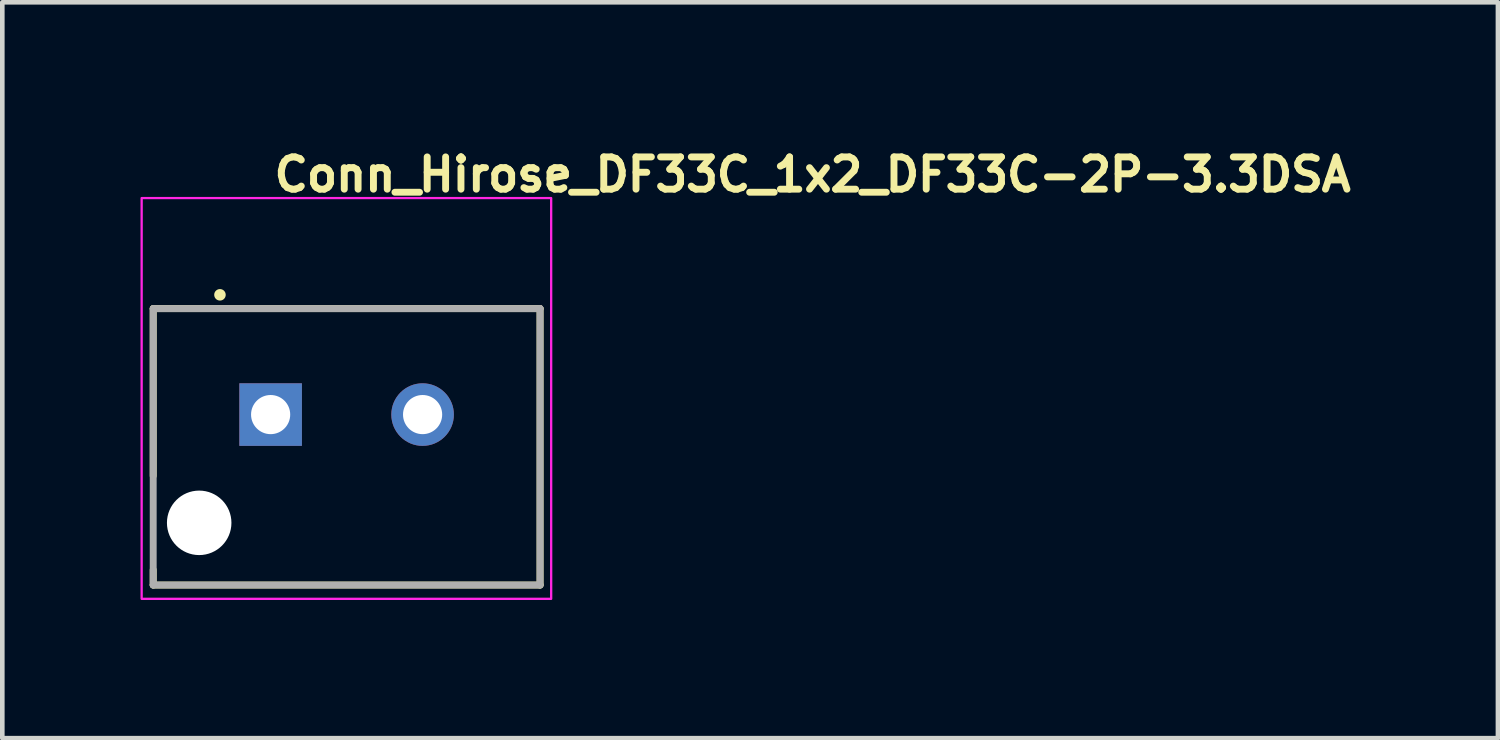
<source format=kicad_pcb>
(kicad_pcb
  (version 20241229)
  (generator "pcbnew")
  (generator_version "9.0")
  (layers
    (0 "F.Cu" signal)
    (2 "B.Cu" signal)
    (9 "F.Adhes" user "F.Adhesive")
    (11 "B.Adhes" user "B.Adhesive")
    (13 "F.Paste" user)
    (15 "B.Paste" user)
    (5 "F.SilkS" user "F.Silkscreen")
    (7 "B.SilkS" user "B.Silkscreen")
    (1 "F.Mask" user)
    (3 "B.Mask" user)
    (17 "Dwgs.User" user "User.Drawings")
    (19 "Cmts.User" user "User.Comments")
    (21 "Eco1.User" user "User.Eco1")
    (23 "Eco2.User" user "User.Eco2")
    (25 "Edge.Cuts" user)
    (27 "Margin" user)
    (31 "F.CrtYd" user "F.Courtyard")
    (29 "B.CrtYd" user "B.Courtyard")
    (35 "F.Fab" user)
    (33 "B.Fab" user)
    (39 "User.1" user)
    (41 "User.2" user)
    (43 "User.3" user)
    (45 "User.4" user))
  (footprint "Conn_Hirose_DF33C_1x2_DF33C-2P-3.3DSA"
    (layer "F.Cu")
    (at 2.825 5.95)
    (property "Reference" "Conn_Hirose_DF33C_1x2_DF33C-2P-3.3DSA" (at 0 -4.8 0) (unlocked yes) (layer "F.SilkS") (effects (font (size 0.7 0.7) (thickness 0.15)) (justify left bottom)))
    (attr through_hole)
    (fp_line (start -2.549 -2.301) (end 5.849 -2.301) (stroke (width 0.15) (type solid)) (layer "F.SilkS"))
    (fp_line (start -2.549 -2.3) (end -2.549 1.33) (stroke (width 0.15) (type solid)) (layer "F.SilkS"))
    (fp_line (start -2.549 3.7) (end -2.549 3.37) (stroke (width 0.15) (type solid)) (layer "F.SilkS"))
    (fp_line (start 5.849 -2.3) (end 5.849 3.7) (stroke (width 0.15) (type solid)) (layer "F.SilkS"))
    (fp_line (start 5.849 3.7) (end -2.549 3.7) (stroke (width 0.15) (type solid)) (layer "F.SilkS"))
    (fp_circle (center -1.1 -2.6) (end -1.05 -2.6) (stroke (width 0.15) (type solid)) (fill yes) (layer "F.SilkS"))
    (fp_rect (start -2.8 -4.7) (end 6.09 4) (stroke (width 0.05) (type solid)) (fill no) (layer "F.CrtYd"))
    (fp_line (start -2.549 -2.301) (end 5.849 -2.301) (stroke (width 0.15) (type solid)) (layer "F.Fab"))
    (fp_line (start -2.549 3.7) (end -2.549 -2.3) (stroke (width 0.15) (type solid)) (layer "F.Fab"))
    (fp_line (start 5.849 -2.3) (end 5.849 3.7) (stroke (width 0.15) (type solid)) (layer "F.Fab"))
    (fp_line (start 5.849 3.7) (end -2.549 3.7) (stroke (width 0.15) (type solid)) (layer "F.Fab"))
    (fp_rect (start -2.55 -4.425) (end 5.849 3.674) (stroke (width 0.1) (type solid)) (fill no) (layer "User.5"))
    (fp_line (start -2.55 -1.25) (end -2.549 -1.253) (stroke (width 0.02) (type solid)) (layer "User.9"))
    (fp_line (start -2.55 0.2) (end -2.549 0.197) (stroke (width 0.02) (type solid)) (layer "User.9"))
    (fp_line (start -2.549 -1.845) (end -2.549 -1.825) (stroke (width 0.02) (type solid)) (layer "User.9"))
    (fp_line (start -2.549 -1.253) (end -2.548 -1.255) (stroke (width 0.02) (type solid)) (layer "User.9"))
    (fp_line (start -2.549 -1.247) (end -2.55 -1.25) (stroke (width 0.02) (type solid)) (layer "User.9"))
    (fp_line (start -2.549 -1.247) (end -2.549 -1.825) (stroke (width 0.02) (type solid)) (layer "User.9"))
    (fp_line (start -2.549 -1.198) (end -2.549 -1.247) (stroke (width 0.02) (type solid)) (layer "User.9"))
    (fp_line (start -2.549 -1.198) (end -2.549 -1.198) (stroke (width 0.02) (type solid)) (layer "User.9"))
    (fp_line (start -2.549 -1.125) (end -2.549 -1.198) (stroke (width 0.02) (type solid)) (layer "User.9"))
    (fp_line (start -2.549 -1.125) (end -2.549 -1.125) (stroke (width 0.02) (type solid)) (layer "User.9"))
    (fp_line (start -2.549 -1.032) (end -2.549 -1.125) (stroke (width 0.02) (type solid)) (layer "User.9"))
    (fp_line (start -2.549 -1.032) (end -2.549 -1.032) (stroke (width 0.02) (type solid)) (layer "User.9"))
    (fp_line (start -2.549 -0.921) (end -2.549 -1.032) (stroke (width 0.02) (type solid)) (layer "User.9"))
    (fp_line (start -2.549 -0.921) (end -2.549 -0.921) (stroke (width 0.02) (type solid)) (layer "User.9"))
    (fp_line (start -2.549 -0.797) (end -2.549 -0.921) (stroke (width 0.02) (type solid)) (layer "User.9"))
    (fp_line (start -2.549 -0.797) (end -2.549 -0.797) (stroke (width 0.02) (type solid)) (layer "User.9"))
    (fp_line (start -2.549 -0.663) (end -2.549 -0.797) (stroke (width 0.02) (type solid)) (layer "User.9"))
    (fp_line (start -2.549 -0.663) (end -2.549 -0.663) (stroke (width 0.02) (type solid)) (layer "User.9"))
    (fp_line (start -2.549 -0.525) (end -2.549 -0.663) (stroke (width 0.02) (type solid)) (layer "User.9"))
    (fp_line (start -2.549 -0.525) (end -2.549 -0.525) (stroke (width 0.02) (type solid)) (layer "User.9"))
    (fp_line (start -2.549 -0.252) (end -2.549 -0.525) (stroke (width 0.02) (type solid)) (layer "User.9"))
    (fp_line (start -2.549 -0.252) (end -2.549 -0.252) (stroke (width 0.02) (type solid)) (layer "User.9"))
    (fp_line (start -2.549 -0.128) (end -2.549 -0.252) (stroke (width 0.02) (type solid)) (layer "User.9"))
    (fp_line (start -2.549 -0.128) (end -2.549 -0.128) (stroke (width 0.02) (type solid)) (layer "User.9"))
    (fp_line (start -2.549 -0.017) (end -2.549 -0.128) (stroke (width 0.02) (type solid)) (layer "User.9"))
    (fp_line (start -2.549 -0.017) (end -2.549 -0.017) (stroke (width 0.02) (type solid)) (layer "User.9"))
    (fp_line (start -2.549 0.075) (end -2.549 -0.017) (stroke (width 0.02) (type solid)) (layer "User.9"))
    (fp_line (start -2.549 0.075) (end -2.549 0.075) (stroke (width 0.02) (type solid)) (layer "User.9"))
    (fp_line (start -2.549 0.148) (end -2.549 0.075) (stroke (width 0.02) (type solid)) (layer "User.9"))
    (fp_line (start -2.549 0.148) (end -2.549 0.148) (stroke (width 0.02) (type solid)) (layer "User.9"))
    (fp_line (start -2.549 0.197) (end -2.549 0.148) (stroke (width 0.02) (type solid)) (layer "User.9"))
    (fp_line (start -2.549 0.203) (end -2.55 0.2) (stroke (width 0.02) (type solid)) (layer "User.9"))
    (fp_line (start -2.549 2.775) (end -2.549 0.197) (stroke (width 0.02) (type solid)) (layer "User.9"))
    (fp_line (start -2.549 2.795) (end -2.549 2.775) (stroke (width 0.02) (type solid)) (layer "User.9"))
    (fp_line (start -2.548 -1.255) (end -2.546 -1.257) (stroke (width 0.02) (type solid)) (layer "User.9"))
    (fp_line (start -2.548 0.205) (end -2.549 0.203) (stroke (width 0.02) (type solid)) (layer "User.9"))
    (fp_line (start -2.547 -1.865) (end -2.549 -1.845) (stroke (width 0.02) (type solid)) (layer "User.9"))
    (fp_line (start -2.547 2.815) (end -2.549 2.795) (stroke (width 0.02) (type solid)) (layer "User.9"))
    (fp_line (start -2.546 -1.257) (end -2.544 -1.259) (stroke (width 0.02) (type solid)) (layer "User.9"))
    (fp_line (start -2.546 0.207) (end -2.548 0.205) (stroke (width 0.02) (type solid)) (layer "User.9"))
    (fp_line (start -2.545 -1.885) (end -2.547 -1.865) (stroke (width 0.02) (type solid)) (layer "User.9"))
    (fp_line (start -2.545 2.835) (end -2.547 2.815) (stroke (width 0.02) (type solid)) (layer "User.9"))
    (fp_line (start -2.544 -1.259) (end -2.542 -1.261) (stroke (width 0.02) (type solid)) (layer "User.9"))
    (fp_line (start -2.544 0.209) (end -2.546 0.207) (stroke (width 0.02) (type solid)) (layer "User.9"))
    (fp_line (start -2.542 -1.261) (end -2.539 -1.263) (stroke (width 0.02) (type solid)) (layer "User.9"))
    (fp_line (start -2.542 0.211) (end -2.544 0.209) (stroke (width 0.02) (type solid)) (layer "User.9"))
    (fp_line (start -2.541 -1.905) (end -2.545 -1.885) (stroke (width 0.02) (type solid)) (layer "User.9"))
    (fp_line (start -2.541 2.855) (end -2.545 2.835) (stroke (width 0.02) (type solid)) (layer "User.9"))
    (fp_line (start -2.539 -1.263) (end -2.535 -1.264) (stroke (width 0.02) (type solid)) (layer "User.9"))
    (fp_line (start -2.537 -1.924) (end -2.541 -1.905) (stroke (width 0.02) (type solid)) (layer "User.9"))
    (fp_line (start -2.537 2.874) (end -2.541 2.855) (stroke (width 0.02) (type solid)) (layer "User.9"))
    (fp_line (start -2.535 -1.264) (end -2.531 -1.266) (stroke (width 0.02) (type solid)) (layer "User.9"))
    (fp_line (start -2.535 0.214) (end -2.542 0.211) (stroke (width 0.02) (type solid)) (layer "User.9"))
    (fp_line (start -2.532 -1.943) (end -2.537 -1.924) (stroke (width 0.02) (type solid)) (layer "User.9"))
    (fp_line (start -2.532 2.893) (end -2.537 2.874) (stroke (width 0.02) (type solid)) (layer "User.9"))
    (fp_line (start -2.531 -1.266) (end -2.526 -1.267) (stroke (width 0.02) (type solid)) (layer "User.9"))
    (fp_line (start -2.526 -1.267) (end -2.522 -1.268) (stroke (width 0.02) (type solid)) (layer "User.9"))
    (fp_line (start -2.526 0.217) (end -2.535 0.214) (stroke (width 0.02) (type solid)) (layer "User.9"))
    (fp_line (start -2.525 -1.962) (end -2.532 -1.943) (stroke (width 0.02) (type solid)) (layer "User.9"))
    (fp_line (start -2.525 2.912) (end -2.532 2.893) (stroke (width 0.02) (type solid)) (layer "User.9"))
    (fp_line (start -2.522 -1.268) (end -2.516 -1.269) (stroke (width 0.02) (type solid)) (layer "User.9"))
    (fp_line (start -2.518 -1.98) (end -2.525 -1.962) (stroke (width 0.02) (type solid)) (layer "User.9"))
    (fp_line (start -2.518 2.93) (end -2.525 2.912) (stroke (width 0.02) (type solid)) (layer "User.9"))
    (fp_line (start -2.516 -1.269) (end -2.505 -1.271) (stroke (width 0.02) (type solid)) (layer "User.9"))
    (fp_line (start -2.516 0.219) (end -2.526 0.217) (stroke (width 0.02) (type solid)) (layer "User.9"))
    (fp_line (start -2.51 -1.998) (end -2.518 -1.98) (stroke (width 0.02) (type solid)) (layer "User.9"))
    (fp_line (start -2.51 2.948) (end -2.518 2.93) (stroke (width 0.02) (type solid)) (layer "User.9"))
    (fp_line (start -2.505 -1.271) (end -2.491 -1.272) (stroke (width 0.02) (type solid)) (layer "User.9"))
    (fp_line (start -2.505 0.221) (end -2.516 0.219) (stroke (width 0.02) (type solid)) (layer "User.9"))
    (fp_line (start -2.501 -2.015) (end -2.51 -1.998) (stroke (width 0.02) (type solid)) (layer "User.9"))
    (fp_line (start -2.501 2.965) (end -2.51 2.948) (stroke (width 0.02) (type solid)) (layer "User.9"))
    (fp_line (start -2.492 -2.032) (end -2.501 -2.015) (stroke (width 0.02) (type solid)) (layer "User.9"))
    (fp_line (start -2.492 2.982) (end -2.501 2.965) (stroke (width 0.02) (type solid)) (layer "User.9"))
    (fp_line (start -2.491 -1.272) (end -2.477 -1.273) (stroke (width 0.02) (type solid)) (layer "User.9"))
    (fp_line (start -2.491 0.222) (end -2.505 0.221) (stroke (width 0.02) (type solid)) (layer "User.9"))
    (fp_line (start -2.481 -2.048) (end -2.492 -2.032) (stroke (width 0.02) (type solid)) (layer "User.9"))
    (fp_line (start -2.481 2.998) (end -2.492 2.982) (stroke (width 0.02) (type solid)) (layer "User.9"))
    (fp_line (start -2.477 -1.273) (end -2.461 -1.274) (stroke (width 0.02) (type solid)) (layer "User.9"))
    (fp_line (start -2.47 -2.064) (end -2.481 -2.048) (stroke (width 0.02) (type solid)) (layer "User.9"))
    (fp_line (start -2.47 3.014) (end -2.481 2.998) (stroke (width 0.02) (type solid)) (layer "User.9"))
    (fp_line (start -2.461 -1.274) (end -2.444 -1.274) (stroke (width 0.02) (type solid)) (layer "User.9"))
    (fp_line (start -2.461 0.224) (end -2.491 0.222) (stroke (width 0.02) (type solid)) (layer "User.9"))
    (fp_line (start -2.458 -2.079) (end -2.47 -2.064) (stroke (width 0.02) (type solid)) (layer "User.9"))
    (fp_line (start -2.458 3.029) (end -2.47 3.014) (stroke (width 0.02) (type solid)) (layer "User.9"))
    (fp_line (start -2.446 -2.093) (end -2.458 -2.079) (stroke (width 0.02) (type solid)) (layer "User.9"))
    (fp_line (start -2.446 3.043) (end -2.458 3.029) (stroke (width 0.02) (type solid)) (layer "User.9"))
    (fp_line (start -2.444 -1.274) (end -2.427 -1.274) (stroke (width 0.02) (type solid)) (layer "User.9"))
    (fp_line (start -2.432 -2.107) (end -2.446 -2.093) (stroke (width 0.02) (type solid)) (layer "User.9"))
    (fp_line (start -2.432 3.057) (end -2.446 3.043) (stroke (width 0.02) (type solid)) (layer "User.9"))
    (fp_line (start -2.427 -1.274) (end -2.35 -1.274) (stroke (width 0.02) (type solid)) (layer "User.9"))
    (fp_line (start -2.427 0.224) (end -2.461 0.224) (stroke (width 0.02) (type solid)) (layer "User.9"))
    (fp_line (start -2.418 -2.121) (end -2.432 -2.107) (stroke (width 0.02) (type solid)) (layer "User.9"))
    (fp_line (start -2.418 3.071) (end -2.432 3.057) (stroke (width 0.02) (type solid)) (layer "User.9"))
    (fp_line (start -2.404 -2.133) (end -2.418 -2.121) (stroke (width 0.02) (type solid)) (layer "User.9"))
    (fp_line (start -2.404 3.083) (end -2.418 3.071) (stroke (width 0.02) (type solid)) (layer "User.9"))
    (fp_line (start -2.389 -2.145) (end -2.404 -2.133) (stroke (width 0.02) (type solid)) (layer "User.9"))
    (fp_line (start -2.389 3.095) (end -2.404 3.083) (stroke (width 0.02) (type solid)) (layer "User.9"))
    (fp_line (start -2.373 -2.156) (end -2.389 -2.145) (stroke (width 0.02) (type solid)) (layer "User.9"))
    (fp_line (start -2.373 3.106) (end -2.389 3.095) (stroke (width 0.02) (type solid)) (layer "User.9"))
    (fp_line (start -2.357 -2.167) (end -2.373 -2.156) (stroke (width 0.02) (type solid)) (layer "User.9"))
    (fp_line (start -2.357 3.117) (end -2.373 3.106) (stroke (width 0.02) (type solid)) (layer "User.9"))
    (fp_line (start -2.35 -1.274) (end -2.25 -1.274) (stroke (width 0.02) (type solid)) (layer "User.9"))
    (fp_line (start -2.35 0.225) (end -2.427 0.224) (stroke (width 0.02) (type solid)) (layer "User.9"))
    (fp_line (start -2.35 0.225) (end -2.25 0.225) (stroke (width 0.02) (type solid)) (layer "User.9"))
    (fp_line (start -2.34 -2.176) (end -2.357 -2.167) (stroke (width 0.02) (type solid)) (layer "User.9"))
    (fp_line (start -2.34 3.126) (end -2.357 3.117) (stroke (width 0.02) (type solid)) (layer "User.9"))
    (fp_line (start -2.323 -2.185) (end -2.34 -2.176) (stroke (width 0.02) (type solid)) (layer "User.9"))
    (fp_line (start -2.323 3.135) (end -2.34 3.126) (stroke (width 0.02) (type solid)) (layer "User.9"))
    (fp_line (start -2.305 -2.193) (end -2.323 -2.185) (stroke (width 0.02) (type solid)) (layer "User.9"))
    (fp_line (start -2.305 3.143) (end -2.323 3.135) (stroke (width 0.02) (type solid)) (layer "User.9"))
    (fp_line (start -2.287 -2.2) (end -2.305 -2.193) (stroke (width 0.02) (type solid)) (layer "User.9"))
    (fp_line (start -2.287 3.15) (end -2.305 3.143) (stroke (width 0.02) (type solid)) (layer "User.9"))
    (fp_line (start -2.268 -2.207) (end -2.287 -2.2) (stroke (width 0.02) (type solid)) (layer "User.9"))
    (fp_line (start -2.268 3.157) (end -2.287 3.15) (stroke (width 0.02) (type solid)) (layer "User.9"))
    (fp_line (start -2.25 -1.925) (end -2.25 -1.274) (stroke (width 0.02) (type solid)) (layer "User.9"))
    (fp_line (start -2.25 -1.925) (end -1.95 -1.625) (stroke (width 0.02) (type solid)) (layer "User.9"))
    (fp_line (start -2.25 -1.925) (end 5.55 -1.925) (stroke (width 0.02) (type solid)) (layer "User.9"))
    (fp_line (start -2.25 -1.274) (end -2.23 -1.274) (stroke (width 0.02) (type solid)) (layer "User.9"))
    (fp_line (start -2.25 0.225) (end -2.25 2.875) (stroke (width 0.02) (type solid)) (layer "User.9"))
    (fp_line (start -2.25 2.875) (end -1.95 2.575) (stroke (width 0.02) (type solid)) (layer "User.9"))
    (fp_line (start -2.249 -2.212) (end -2.268 -2.207) (stroke (width 0.02) (type solid)) (layer "User.9"))
    (fp_line (start -2.249 3.162) (end -2.268 3.157) (stroke (width 0.02) (type solid)) (layer "User.9"))
    (fp_line (start -2.23 -2.216) (end -2.249 -2.212) (stroke (width 0.02) (type solid)) (layer "User.9"))
    (fp_line (start -2.23 -1.274) (end -2.211 -1.274) (stroke (width 0.02) (type solid)) (layer "User.9"))
    (fp_line (start -2.23 0.224) (end -2.25 0.225) (stroke (width 0.02) (type solid)) (layer "User.9"))
    (fp_line (start -2.23 3.166) (end -2.249 3.162) (stroke (width 0.02) (type solid)) (layer "User.9"))
    (fp_line (start -2.211 -1.274) (end -2.192 -1.272) (stroke (width 0.02) (type solid)) (layer "User.9"))
    (fp_line (start -2.211 0.224) (end -2.23 0.224) (stroke (width 0.02) (type solid)) (layer "User.9"))
    (fp_line (start -2.21 -2.22) (end -2.23 -2.216) (stroke (width 0.02) (type solid)) (layer "User.9"))
    (fp_line (start -2.21 3.17) (end -2.23 3.166) (stroke (width 0.02) (type solid)) (layer "User.9"))
    (fp_line (start -2.192 -1.272) (end -2.173 -1.271) (stroke (width 0.02) (type solid)) (layer "User.9"))
    (fp_line (start -2.192 0.222) (end -2.211 0.224) (stroke (width 0.02) (type solid)) (layer "User.9"))
    (fp_line (start -2.19 -2.222) (end -2.21 -2.22) (stroke (width 0.02) (type solid)) (layer "User.9"))
    (fp_line (start -2.19 3.172) (end -2.21 3.17) (stroke (width 0.02) (type solid)) (layer "User.9"))
    (fp_line (start -2.173 -1.271) (end -2.154 -1.269) (stroke (width 0.02) (type solid)) (layer "User.9"))
    (fp_line (start -2.173 0.221) (end -2.192 0.222) (stroke (width 0.02) (type solid)) (layer "User.9"))
    (fp_line (start -2.17 -2.224) (end -2.19 -2.222) (stroke (width 0.02) (type solid)) (layer "User.9"))
    (fp_line (start -2.17 3.174) (end -2.19 3.172) (stroke (width 0.02) (type solid)) (layer "User.9"))
    (fp_line (start -2.154 -1.269) (end -2.135 -1.266) (stroke (width 0.02) (type solid)) (layer "User.9"))
    (fp_line (start -2.154 0.219) (end -2.173 0.221) (stroke (width 0.02) (type solid)) (layer "User.9"))
    (fp_line (start -2.15 -2.225) (end -2.17 -2.224) (stroke (width 0.02) (type solid)) (layer "User.9"))
    (fp_line (start -2.15 -2.225) (end -2.05 -2.225) (stroke (width 0.02) (type solid)) (layer "User.9"))
    (fp_line (start -2.15 3.174) (end -2.17 3.174) (stroke (width 0.02) (type solid)) (layer "User.9"))
    (fp_line (start -2.135 -1.266) (end -2.117 -1.263) (stroke (width 0.02) (type solid)) (layer "User.9"))
    (fp_line (start -2.135 0.216) (end -2.154 0.219) (stroke (width 0.02) (type solid)) (layer "User.9"))
    (fp_line (start -2.117 -1.263) (end -2.098 -1.259) (stroke (width 0.02) (type solid)) (layer "User.9"))
    (fp_line (start -2.117 0.213) (end -2.135 0.216) (stroke (width 0.02) (type solid)) (layer "User.9"))
    (fp_line (start -2.098 -1.259) (end -2.079 -1.255) (stroke (width 0.02) (type solid)) (layer "User.9"))
    (fp_line (start -2.098 0.209) (end -2.117 0.213) (stroke (width 0.02) (type solid)) (layer "User.9"))
    (fp_line (start -2.079 -1.255) (end -2.06 -1.25) (stroke (width 0.02) (type solid)) (layer "User.9"))
    (fp_line (start -2.079 0.205) (end -2.098 0.209) (stroke (width 0.02) (type solid)) (layer "User.9"))
    (fp_line (start -2.06 -1.25) (end -2.042 -1.245) (stroke (width 0.02) (type solid)) (layer "User.9"))
    (fp_line (start -2.06 0.2) (end -2.079 0.205) (stroke (width 0.02) (type solid)) (layer "User.9"))
    (fp_line (start -2.05 -4.325) (end -2.05 -3.924) (stroke (width 0.02) (type solid)) (layer "User.9"))
    (fp_line (start -2.05 -4.325) (end -2.049 -4.33) (stroke (width 0.02) (type solid)) (layer "User.9"))
    (fp_line (start -2.05 -2.024) (end -2.05 -3.924) (stroke (width 0.02) (type solid)) (layer "User.9"))
    (fp_line (start -2.049 -4.337) (end -2.048 -4.339) (stroke (width 0.02) (type solid)) (layer "User.9"))
    (fp_line (start -2.049 -4.335) (end -2.049 -4.337) (stroke (width 0.02) (type solid)) (layer "User.9"))
    (fp_line (start -2.049 -4.332) (end -2.049 -4.335) (stroke (width 0.02) (type solid)) (layer "User.9"))
    (fp_line (start -2.049 -4.331) (end -2.05 -4.325) (stroke (width 0.02) (type solid)) (layer "User.9"))
    (fp_line (start -2.049 -4.33) (end -2.049 -4.332) (stroke (width 0.02) (type solid)) (layer "User.9"))
    (fp_line (start -2.048 -4.344) (end -2.047 -4.346) (stroke (width 0.02) (type solid)) (layer "User.9"))
    (fp_line (start -2.048 -4.342) (end -2.048 -4.344) (stroke (width 0.02) (type solid)) (layer "User.9"))
    (fp_line (start -2.048 -4.339) (end -2.048 -4.342) (stroke (width 0.02) (type solid)) (layer "User.9"))
    (fp_line (start -2.048 -4.337) (end -2.049 -4.331) (stroke (width 0.02) (type solid)) (layer "User.9"))
    (fp_line (start -2.047 -4.349) (end -2.046 -4.351) (stroke (width 0.02) (type solid)) (layer "User.9"))
    (fp_line (start -2.047 -4.346) (end -2.047 -4.349) (stroke (width 0.02) (type solid)) (layer "User.9"))
    (fp_line (start -2.047 -4.343) (end -2.048 -4.337) (stroke (width 0.02) (type solid)) (layer "User.9"))
    (fp_line (start -2.046 -4.351) (end -2.045 -4.353) (stroke (width 0.02) (type solid)) (layer "User.9"))
    (fp_line (start -2.046 -4.348) (end -2.047 -4.343) (stroke (width 0.02) (type solid)) (layer "User.9"))
    (fp_line (start -2.045 -4.355) (end -2.044 -4.357) (stroke (width 0.02) (type solid)) (layer "User.9"))
    (fp_line (start -2.045 -4.354) (end -2.046 -4.348) (stroke (width 0.02) (type solid)) (layer "User.9"))
    (fp_line (start -2.045 -4.353) (end -2.045 -4.355) (stroke (width 0.02) (type solid)) (layer "User.9"))
    (fp_line (start -2.044 -4.357) (end -2.043 -4.359) (stroke (width 0.02) (type solid)) (layer "User.9"))
    (fp_line (start -2.043 -4.359) (end -2.045 -4.354) (stroke (width 0.02) (type solid)) (layer "User.9"))
    (fp_line (start -2.043 -4.359) (end -2.042 -4.361) (stroke (width 0.02) (type solid)) (layer "User.9"))
    (fp_line (start -2.042 -1.245) (end -2.023 -1.239) (stroke (width 0.02) (type solid)) (layer "User.9"))
    (fp_line (start -2.042 0.195) (end -2.06 0.2) (stroke (width 0.02) (type solid)) (layer "User.9"))
    (fp_line (start -2.04 -4.364) (end -2.043 -4.359) (stroke (width 0.02) (type solid)) (layer "User.9"))
    (fp_line (start -2.039 -4.369) (end -2.04 -4.364) (stroke (width 0.02) (type solid)) (layer "User.9"))
    (fp_line (start -2.036 -4.374) (end -2.039 -4.369) (stroke (width 0.02) (type solid)) (layer "User.9"))
    (fp_line (start -2.034 -4.378) (end -2.036 -4.374) (stroke (width 0.02) (type solid)) (layer "User.9"))
    (fp_line (start -2.031 -4.382) (end -2.034 -4.378) (stroke (width 0.02) (type solid)) (layer "User.9"))
    (fp_line (start -2.028 -4.386) (end -2.031 -4.382) (stroke (width 0.02) (type solid)) (layer "User.9"))
    (fp_line (start -2.024 -4.39) (end -2.028 -4.386) (stroke (width 0.02) (type solid)) (layer "User.9"))
    (fp_line (start -2.023 -1.239) (end -2.004 -1.233) (stroke (width 0.02) (type solid)) (layer "User.9"))
    (fp_line (start -2.023 0.189) (end -2.042 0.195) (stroke (width 0.02) (type solid)) (layer "User.9"))
    (fp_line (start -2.022 -4.394) (end -2.024 -4.39) (stroke (width 0.02) (type solid)) (layer "User.9"))
    (fp_line (start -2.019 -4.397) (end -2.022 -4.394) (stroke (width 0.02) (type solid)) (layer "User.9"))
    (fp_line (start -2.015 -4.4) (end -2.019 -4.397) (stroke (width 0.02) (type solid)) (layer "User.9"))
    (fp_line (start -2.011 -4.403) (end -2.015 -4.4) (stroke (width 0.02) (type solid)) (layer "User.9"))
    (fp_line (start -2.008 -4.406) (end -2.011 -4.403) (stroke (width 0.02) (type solid)) (layer "User.9"))
    (fp_line (start -2.004 -4.409) (end -2.008 -4.406) (stroke (width 0.02) (type solid)) (layer "User.9"))
    (fp_line (start -2.004 -1.233) (end -1.986 -1.227) (stroke (width 0.02) (type solid)) (layer "User.9"))
    (fp_line (start -2.004 0.183) (end -2.023 0.189) (stroke (width 0.02) (type solid)) (layer "User.9"))
    (fp_line (start -2 -4.411) (end -2.004 -4.409) (stroke (width 0.02) (type solid)) (layer "User.9"))
    (fp_line (start -1.996 -4.413) (end -2 -4.411) (stroke (width 0.02) (type solid)) (layer "User.9"))
    (fp_line (start -1.992 -4.415) (end -1.996 -4.413) (stroke (width 0.02) (type solid)) (layer "User.9"))
    (fp_line (start -1.988 -4.417) (end -1.992 -4.415) (stroke (width 0.02) (type solid)) (layer "User.9"))
    (fp_line (start -1.986 -1.227) (end -1.968 -1.22) (stroke (width 0.02) (type solid)) (layer "User.9"))
    (fp_line (start -1.986 0.177) (end -2.004 0.183) (stroke (width 0.02) (type solid)) (layer "User.9"))
    (fp_line (start -1.983 -4.419) (end -1.988 -4.417) (stroke (width 0.02) (type solid)) (layer "User.9"))
    (fp_line (start -1.975 -4.421) (end -1.983 -4.419) (stroke (width 0.02) (type solid)) (layer "User.9"))
    (fp_line (start -1.968 -1.22) (end -1.95 -1.212) (stroke (width 0.02) (type solid)) (layer "User.9"))
    (fp_line (start -1.968 0.17) (end -1.986 0.177) (stroke (width 0.02) (type solid)) (layer "User.9"))
    (fp_line (start -1.966 -4.423) (end -1.975 -4.421) (stroke (width 0.02) (type solid)) (layer "User.9"))
    (fp_line (start -1.958 -4.424) (end -1.966 -4.423) (stroke (width 0.02) (type solid)) (layer "User.9"))
    (fp_line (start -1.95 -4.425) (end -1.958 -4.424) (stroke (width 0.02) (type solid)) (layer "User.9"))
    (fp_line (start -1.95 -1.625) (end -1.95 -1.212) (stroke (width 0.02) (type solid)) (layer "User.9"))
    (fp_line (start -1.95 -1.625) (end 5.25 -1.625) (stroke (width 0.02) (type solid)) (layer "User.9"))
    (fp_line (start -1.95 -1.153) (end -1.95 -1.212) (stroke (width 0.02) (type solid)) (layer "User.9"))
    (fp_line (start -1.95 -1.153) (end -1.95 -1.153) (stroke (width 0.02) (type solid)) (layer "User.9"))
    (fp_line (start -1.95 -1.077) (end -1.95 -1.153) (stroke (width 0.02) (type solid)) (layer "User.9"))
    (fp_line (start -1.95 -1.077) (end -1.95 -1.077) (stroke (width 0.02) (type solid)) (layer "User.9"))
    (fp_line (start -1.95 -0.986) (end -1.95 -1.077) (stroke (width 0.02) (type solid)) (layer "User.9"))
    (fp_line (start -1.95 -0.986) (end -1.95 -0.986) (stroke (width 0.02) (type solid)) (layer "User.9"))
    (fp_line (start -1.95 -0.882) (end -1.95 -0.986) (stroke (width 0.02) (type solid)) (layer "User.9"))
    (fp_line (start -1.95 -0.882) (end -1.95 -0.882) (stroke (width 0.02) (type solid)) (layer "User.9"))
    (fp_line (start -1.95 -0.648) (end -1.95 -0.882) (stroke (width 0.02) (type solid)) (layer "User.9"))
    (fp_line (start -1.95 -0.648) (end -1.95 -0.648) (stroke (width 0.02) (type solid)) (layer "User.9"))
    (fp_line (start -1.95 -0.525) (end -1.95 -0.648) (stroke (width 0.02) (type solid)) (layer "User.9"))
    (fp_line (start -1.95 -0.525) (end -1.95 -0.525) (stroke (width 0.02) (type solid)) (layer "User.9"))
    (fp_line (start -1.95 -0.281) (end -1.95 -0.525) (stroke (width 0.02) (type solid)) (layer "User.9"))
    (fp_line (start -1.95 -0.281) (end -1.95 -0.281) (stroke (width 0.02) (type solid)) (layer "User.9"))
    (fp_line (start -1.95 -0.167) (end -1.95 -0.281) (stroke (width 0.02) (type solid)) (layer "User.9"))
    (fp_line (start -1.95 -0.167) (end -1.95 -0.167) (stroke (width 0.02) (type solid)) (layer "User.9"))
    (fp_line (start -1.95 -0.063) (end -1.95 -0.167) (stroke (width 0.02) (type solid)) (layer "User.9"))
    (fp_line (start -1.95 -0.063) (end -1.95 -0.063) (stroke (width 0.02) (type solid)) (layer "User.9"))
    (fp_line (start -1.95 0.027) (end -1.95 -0.063) (stroke (width 0.02) (type solid)) (layer "User.9"))
    (fp_line (start -1.95 0.027) (end -1.95 0.027) (stroke (width 0.02) (type solid)) (layer "User.9"))
    (fp_line (start -1.95 0.103) (end -1.95 0.027) (stroke (width 0.02) (type solid)) (layer "User.9"))
    (fp_line (start -1.95 0.103) (end -1.95 0.103) (stroke (width 0.02) (type solid)) (layer "User.9"))
    (fp_line (start -1.95 0.162) (end -1.968 0.17) (stroke (width 0.02) (type solid)) (layer "User.9"))
    (fp_line (start -1.95 0.162) (end -1.95 0.103) (stroke (width 0.02) (type solid)) (layer "User.9"))
    (fp_line (start -1.95 0.162) (end -1.95 2.575) (stroke (width 0.02) (type solid)) (layer "User.9"))
    (fp_line (start -1.95 1.274) (end -1.399 1.274) (stroke (width 0.02) (type solid)) (layer "User.9"))
    (fp_line (start -1.95 1.375) (end -1.3 1.375) (stroke (width 0.02) (type solid)) (layer "User.9"))
    (fp_line (start -1.85 3.174) (end -1.85 3.532) (stroke (width 0.02) (type solid)) (layer "User.9"))
    (fp_line (start -1.85 3.575) (end -1.85 3.532) (stroke (width 0.02) (type solid)) (layer "User.9"))
    (fp_line (start -1.85 3.575) (end -1.849 3.58) (stroke (width 0.02) (type solid)) (layer "User.9"))
    (fp_line (start -1.849 3.58) (end -1.849 3.585) (stroke (width 0.02) (type solid)) (layer "User.9"))
    (fp_line (start -1.849 3.585) (end -1.848 3.59) (stroke (width 0.02) (type solid)) (layer "User.9"))
    (fp_line (start -1.848 3.59) (end -1.847 3.595) (stroke (width 0.02) (type solid)) (layer "User.9"))
    (fp_line (start -1.847 3.595) (end -1.846 3.599) (stroke (width 0.02) (type solid)) (layer "User.9"))
    (fp_line (start -1.846 3.599) (end -1.845 3.604) (stroke (width 0.02) (type solid)) (layer "User.9"))
    (fp_line (start -1.845 3.604) (end -1.843 3.609) (stroke (width 0.02) (type solid)) (layer "User.9"))
    (fp_line (start -1.843 3.609) (end -1.842 3.613) (stroke (width 0.02) (type solid)) (layer "User.9"))
    (fp_line (start -1.842 3.613) (end -1.84 3.618) (stroke (width 0.02) (type solid)) (layer "User.9"))
    (fp_line (start -1.84 3.618) (end -1.837 3.622) (stroke (width 0.02) (type solid)) (layer "User.9"))
    (fp_line (start -1.837 3.622) (end -1.835 3.626) (stroke (width 0.02) (type solid)) (layer "User.9"))
    (fp_line (start -1.835 3.626) (end -1.832 3.63) (stroke (width 0.02) (type solid)) (layer "User.9"))
    (fp_line (start -1.832 3.63) (end -1.83 3.634) (stroke (width 0.02) (type solid)) (layer "User.9"))
    (fp_line (start -1.83 3.634) (end -1.827 3.638) (stroke (width 0.02) (type solid)) (layer "User.9"))
    (fp_line (start -1.827 3.638) (end -1.824 3.642) (stroke (width 0.02) (type solid)) (layer "User.9"))
    (fp_line (start -1.824 3.642) (end -1.82 3.645) (stroke (width 0.02) (type solid)) (layer "User.9"))
    (fp_line (start -1.82 3.645) (end -1.817 3.649) (stroke (width 0.02) (type solid)) (layer "User.9"))
    (fp_line (start -1.817 3.649) (end -1.813 3.652) (stroke (width 0.02) (type solid)) (layer "User.9"))
    (fp_line (start -1.813 3.652) (end -1.809 3.655) (stroke (width 0.02) (type solid)) (layer "User.9"))
    (fp_line (start -1.809 3.655) (end -1.805 3.657) (stroke (width 0.02) (type solid)) (layer "User.9"))
    (fp_line (start -1.805 3.657) (end -1.801 3.66) (stroke (width 0.02) (type solid)) (layer "User.9"))
    (fp_line (start -1.801 3.66) (end -1.797 3.662) (stroke (width 0.02) (type solid)) (layer "User.9"))
    (fp_line (start -1.797 3.662) (end -1.793 3.665) (stroke (width 0.02) (type solid)) (layer "User.9"))
    (fp_line (start -1.793 3.665) (end -1.788 3.667) (stroke (width 0.02) (type solid)) (layer "User.9"))
    (fp_line (start -1.788 3.667) (end -1.784 3.668) (stroke (width 0.02) (type solid)) (layer "User.9"))
    (fp_line (start -1.784 3.668) (end -1.779 3.67) (stroke (width 0.02) (type solid)) (layer "User.9"))
    (fp_line (start -1.779 3.67) (end -1.774 3.671) (stroke (width 0.02) (type solid)) (layer "User.9"))
    (fp_line (start -1.774 3.671) (end -1.77 3.672) (stroke (width 0.02) (type solid)) (layer "User.9"))
    (fp_line (start -1.77 3.672) (end -1.765 3.673) (stroke (width 0.02) (type solid)) (layer "User.9"))
    (fp_line (start -1.765 3.673) (end -1.76 3.674) (stroke (width 0.02) (type solid)) (layer "User.9"))
    (fp_line (start -1.76 3.674) (end -1.755 3.674) (stroke (width 0.02) (type solid)) (layer "User.9"))
    (fp_line (start -1.755 3.674) (end -1.75 3.674) (stroke (width 0.02) (type solid)) (layer "User.9"))
    (fp_line (start -1.75 3.674) (end -0.65 3.674) (stroke (width 0.02) (type solid)) (layer "User.9"))
    (fp_line (start -1.55 -4.425) (end -1.95 -4.425) (stroke (width 0.02) (type solid)) (layer "User.9"))
    (fp_line (start -1.55 -4.425) (end -1.546 -4.424) (stroke (width 0.02) (type solid)) (layer "User.9"))
    (fp_line (start -1.546 -4.424) (end -1.542 -4.424) (stroke (width 0.02) (type solid)) (layer "User.9"))
    (fp_line (start -1.542 -4.424) (end -1.539 -4.424) (stroke (width 0.02) (type solid)) (layer "User.9"))
    (fp_line (start -1.541 -4.424) (end -1.55 -4.425) (stroke (width 0.02) (type solid)) (layer "User.9"))
    (fp_line (start -1.539 -4.424) (end -1.535 -4.423) (stroke (width 0.02) (type solid)) (layer "User.9"))
    (fp_line (start -1.535 -4.423) (end -1.532 -4.423) (stroke (width 0.02) (type solid)) (layer "User.9"))
    (fp_line (start -1.533 -4.423) (end -1.541 -4.424) (stroke (width 0.02) (type solid)) (layer "User.9"))
    (fp_line (start -1.532 -4.423) (end -1.528 -4.422) (stroke (width 0.02) (type solid)) (layer "User.9"))
    (fp_line (start -1.528 -4.422) (end -1.525 -4.421) (stroke (width 0.02) (type solid)) (layer "User.9"))
    (fp_line (start -1.525 -4.421) (end -1.521 -4.42) (stroke (width 0.02) (type solid)) (layer "User.9"))
    (fp_line (start -1.524 -4.421) (end -1.533 -4.423) (stroke (width 0.02) (type solid)) (layer "User.9"))
    (fp_line (start -1.521 -4.42) (end -1.518 -4.419) (stroke (width 0.02) (type solid)) (layer "User.9"))
    (fp_line (start -1.518 -4.419) (end -1.514 -4.418) (stroke (width 0.02) (type solid)) (layer "User.9"))
    (fp_line (start -1.516 -4.419) (end -1.524 -4.421) (stroke (width 0.02) (type solid)) (layer "User.9"))
    (fp_line (start -1.514 -4.418) (end -1.511 -4.417) (stroke (width 0.02) (type solid)) (layer "User.9"))
    (fp_line (start -1.511 -4.417) (end -1.508 -4.415) (stroke (width 0.02) (type solid)) (layer "User.9"))
    (fp_line (start -1.508 -4.415) (end -1.504 -4.414) (stroke (width 0.02) (type solid)) (layer "User.9"))
    (fp_line (start -1.507 -4.415) (end -1.516 -4.419) (stroke (width 0.02) (type solid)) (layer "User.9"))
    (fp_line (start -1.504 -4.414) (end -1.501 -4.412) (stroke (width 0.02) (type solid)) (layer "User.9"))
    (fp_line (start -1.503 -4.413) (end -1.507 -4.415) (stroke (width 0.02) (type solid)) (layer "User.9"))
    (fp_line (start -1.501 -4.412) (end -1.498 -4.41) (stroke (width 0.02) (type solid)) (layer "User.9"))
    (fp_line (start -1.499 -4.411) (end -1.503 -4.413) (stroke (width 0.02) (type solid)) (layer "User.9"))
    (fp_line (start -1.498 -4.41) (end -1.495 -4.408) (stroke (width 0.02) (type solid)) (layer "User.9"))
    (fp_line (start -1.495 -4.409) (end -1.499 -4.411) (stroke (width 0.02) (type solid)) (layer "User.9"))
    (fp_line (start -1.491 -4.406) (end -1.495 -4.409) (stroke (width 0.02) (type solid)) (layer "User.9"))
    (fp_line (start -1.488 -4.403) (end -1.491 -4.406) (stroke (width 0.02) (type solid)) (layer "User.9"))
    (fp_line (start -1.484 -4.4) (end -1.488 -4.403) (stroke (width 0.02) (type solid)) (layer "User.9"))
    (fp_line (start -1.48 -4.397) (end -1.484 -4.4) (stroke (width 0.02) (type solid)) (layer "User.9"))
    (fp_line (start -1.477 -4.394) (end -1.48 -4.397) (stroke (width 0.02) (type solid)) (layer "User.9"))
    (fp_line (start -1.474 -4.39) (end -1.477 -4.394) (stroke (width 0.02) (type solid)) (layer "User.9"))
    (fp_line (start -1.471 -4.386) (end -1.474 -4.39) (stroke (width 0.02) (type solid)) (layer "User.9"))
    (fp_line (start -1.468 -4.382) (end -1.471 -4.386) (stroke (width 0.02) (type solid)) (layer "User.9"))
    (fp_line (start -1.465 -4.378) (end -1.468 -4.382) (stroke (width 0.02) (type solid)) (layer "User.9"))
    (fp_line (start -1.462 -4.374) (end -1.465 -4.378) (stroke (width 0.02) (type solid)) (layer "User.9"))
    (fp_line (start -1.46 -4.369) (end -1.462 -4.374) (stroke (width 0.02) (type solid)) (layer "User.9"))
    (fp_line (start -1.458 -4.364) (end -1.46 -4.369) (stroke (width 0.02) (type solid)) (layer "User.9"))
    (fp_line (start -1.456 -4.361) (end -1.456 -4.359) (stroke (width 0.02) (type solid)) (layer "User.9"))
    (fp_line (start -1.456 -4.359) (end -1.458 -4.364) (stroke (width 0.02) (type solid)) (layer "User.9"))
    (fp_line (start -1.456 -4.359) (end -1.455 -4.357) (stroke (width 0.02) (type solid)) (layer "User.9"))
    (fp_line (start -1.455 -4.357) (end -1.454 -4.355) (stroke (width 0.02) (type solid)) (layer "User.9"))
    (fp_line (start -1.454 -4.355) (end -1.454 -4.353) (stroke (width 0.02) (type solid)) (layer "User.9"))
    (fp_line (start -1.454 -4.354) (end -1.456 -4.359) (stroke (width 0.02) (type solid)) (layer "User.9"))
    (fp_line (start -1.454 -4.353) (end -1.453 -4.351) (stroke (width 0.02) (type solid)) (layer "User.9"))
    (fp_line (start -1.453 -4.351) (end -1.452 -4.348) (stroke (width 0.02) (type solid)) (layer "User.9"))
    (fp_line (start -1.453 -4.348) (end -1.454 -4.354) (stroke (width 0.02) (type solid)) (layer "User.9"))
    (fp_line (start -1.452 -4.348) (end -1.452 -4.346) (stroke (width 0.02) (type solid)) (layer "User.9"))
    (fp_line (start -1.452 -4.346) (end -1.451 -4.344) (stroke (width 0.02) (type solid)) (layer "User.9"))
    (fp_line (start -1.452 -4.343) (end -1.453 -4.348) (stroke (width 0.02) (type solid)) (layer "User.9"))
    (fp_line (start -1.451 -4.344) (end -1.451 -4.342) (stroke (width 0.02) (type solid)) (layer "User.9"))
    (fp_line (start -1.451 -4.342) (end -1.451 -4.339) (stroke (width 0.02) (type solid)) (layer "User.9"))
    (fp_line (start -1.451 -4.339) (end -1.45 -4.337) (stroke (width 0.02) (type solid)) (layer "User.9"))
    (fp_line (start -1.451 -4.337) (end -1.452 -4.343) (stroke (width 0.02) (type solid)) (layer "User.9"))
    (fp_line (start -1.45 -4.337) (end -1.45 -4.334) (stroke (width 0.02) (type solid)) (layer "User.9"))
    (fp_line (start -1.45 -4.334) (end -1.45 -4.332) (stroke (width 0.02) (type solid)) (layer "User.9"))
    (fp_line (start -1.45 -4.332) (end -1.45 -4.33) (stroke (width 0.02) (type solid)) (layer "User.9"))
    (fp_line (start -1.45 -4.331) (end -1.451 -4.337) (stroke (width 0.02) (type solid)) (layer "User.9"))
    (fp_line (start -1.45 -4.33) (end -1.45 -4.327) (stroke (width 0.02) (type solid)) (layer "User.9"))
    (fp_line (start -1.45 -4.327) (end -1.45 -4.325) (stroke (width 0.02) (type solid)) (layer "User.9"))
    (fp_line (start -1.45 -4.325) (end -1.45 -4.331) (stroke (width 0.02) (type solid)) (layer "User.9"))
    (fp_line (start -1.45 -4.325) (end -1.45 -3.924) (stroke (width 0.02) (type solid)) (layer "User.9"))
    (fp_line (start -1.45 -2.424) (end -1.25 -2.225) (stroke (width 0.02) (type solid)) (layer "User.9"))
    (fp_line (start -1.45 -2.371) (end -1.45 -3.924) (stroke (width 0.02) (type solid)) (layer "User.9"))
    (fp_line (start -1.45 -2.371) (end -1.433 -2.352) (stroke (width 0.02) (type solid)) (layer "User.9"))
    (fp_line (start -1.433 -2.352) (end -1.416 -2.332) (stroke (width 0.02) (type solid)) (layer "User.9"))
    (fp_line (start -1.416 -2.332) (end -1.4 -2.313) (stroke (width 0.02) (type solid)) (layer "User.9"))
    (fp_line (start -1.4 -2.313) (end -1.384 -2.293) (stroke (width 0.02) (type solid)) (layer "User.9"))
    (fp_line (start -1.399 1.274) (end -1.399 -1.625) (stroke (width 0.02) (type solid)) (layer "User.9"))
    (fp_line (start -1.384 -2.293) (end -1.369 -2.273) (stroke (width 0.02) (type solid)) (layer "User.9"))
    (fp_line (start -1.369 -2.273) (end -1.353 -2.253) (stroke (width 0.02) (type solid)) (layer "User.9"))
    (fp_line (start -1.353 -2.253) (end -1.338 -2.232) (stroke (width 0.02) (type solid)) (layer "User.9"))
    (fp_line (start -1.338 -2.232) (end -1.323 -2.211) (stroke (width 0.02) (type solid)) (layer "User.9"))
    (fp_line (start -1.323 -2.211) (end -1.323 -2.211) (stroke (width 0.02) (type solid)) (layer "User.9"))
    (fp_line (start -1.323 -2.211) (end -1.309 -2.19) (stroke (width 0.02) (type solid)) (layer "User.9"))
    (fp_line (start -1.309 -2.19) (end -1.303 -2.179) (stroke (width 0.02) (type solid)) (layer "User.9"))
    (fp_line (start -1.303 -2.179) (end -1.296 -2.168) (stroke (width 0.02) (type solid)) (layer "User.9"))
    (fp_line (start -1.3 1.375) (end -1.399 1.274) (stroke (width 0.02) (type solid)) (layer "User.9"))
    (fp_line (start -1.3 1.375) (end -1.3 -1.625) (stroke (width 0.02) (type solid)) (layer "User.9"))
    (fp_line (start -1.296 -2.168) (end -1.29 -2.157) (stroke (width 0.02) (type solid)) (layer "User.9"))
    (fp_line (start -1.29 -2.157) (end -1.283 -2.146) (stroke (width 0.02) (type solid)) (layer "User.9"))
    (fp_line (start -1.283 -2.146) (end -1.278 -2.135) (stroke (width 0.02) (type solid)) (layer "User.9"))
    (fp_line (start -1.278 -2.135) (end -1.272 -2.123) (stroke (width 0.02) (type solid)) (layer "User.9"))
    (fp_line (start -1.272 -2.123) (end -1.267 -2.111) (stroke (width 0.02) (type solid)) (layer "User.9"))
    (fp_line (start -1.267 -2.111) (end -1.263 -2.099) (stroke (width 0.02) (type solid)) (layer "User.9"))
    (fp_line (start -1.263 -2.099) (end -1.259 -2.087) (stroke (width 0.02) (type solid)) (layer "User.9"))
    (fp_line (start -1.259 -2.087) (end -1.256 -2.075) (stroke (width 0.02) (type solid)) (layer "User.9"))
    (fp_line (start -1.256 -2.075) (end -1.253 -2.063) (stroke (width 0.02) (type solid)) (layer "User.9"))
    (fp_line (start -1.253 -2.063) (end -1.251 -2.05) (stroke (width 0.02) (type solid)) (layer "User.9"))
    (fp_line (start -1.251 -2.05) (end -1.25 -2.036) (stroke (width 0.02) (type solid)) (layer "User.9"))
    (fp_line (start -1.25 -2.225) (end -1.25 -2.024) (stroke (width 0.02) (type solid)) (layer "User.9"))
    (fp_line (start -1.25 -2.225) (end 0.4 -2.225) (stroke (width 0.02) (type solid)) (layer "User.9"))
    (fp_line (start -1.25 -2.036) (end -1.25 -2.024) (stroke (width 0.02) (type solid)) (layer "User.9"))
    (fp_line (start -0.644 3.674) (end -0.65 3.674) (stroke (width 0.02) (type solid)) (layer "User.9"))
    (fp_line (start -0.639 3.674) (end -0.644 3.674) (stroke (width 0.02) (type solid)) (layer "User.9"))
    (fp_line (start -0.634 3.673) (end -0.639 3.674) (stroke (width 0.02) (type solid)) (layer "User.9"))
    (fp_line (start -0.629 3.672) (end -0.634 3.673) (stroke (width 0.02) (type solid)) (layer "User.9"))
    (fp_line (start -0.625 3.671) (end -0.629 3.672) (stroke (width 0.02) (type solid)) (layer "User.9"))
    (fp_line (start -0.62 3.67) (end -0.625 3.671) (stroke (width 0.02) (type solid)) (layer "User.9"))
    (fp_line (start -0.615 3.668) (end -0.62 3.67) (stroke (width 0.02) (type solid)) (layer "User.9"))
    (fp_line (start -0.611 3.667) (end -0.615 3.668) (stroke (width 0.02) (type solid)) (layer "User.9"))
    (fp_line (start -0.606 3.665) (end -0.611 3.667) (stroke (width 0.02) (type solid)) (layer "User.9"))
    (fp_line (start -0.602 3.662) (end -0.606 3.665) (stroke (width 0.02) (type solid)) (layer "User.9"))
    (fp_line (start -0.598 3.66) (end -0.602 3.662) (stroke (width 0.02) (type solid)) (layer "User.9"))
    (fp_line (start -0.594 3.657) (end -0.598 3.66) (stroke (width 0.02) (type solid)) (layer "User.9"))
    (fp_line (start -0.59 3.655) (end -0.594 3.657) (stroke (width 0.02) (type solid)) (layer "User.9"))
    (fp_line (start -0.586 3.652) (end -0.59 3.655) (stroke (width 0.02) (type solid)) (layer "User.9"))
    (fp_line (start -0.582 3.649) (end -0.586 3.652) (stroke (width 0.02) (type solid)) (layer "User.9"))
    (fp_line (start -0.579 3.645) (end -0.582 3.649) (stroke (width 0.02) (type solid)) (layer "User.9"))
    (fp_line (start -0.575 3.642) (end -0.579 3.645) (stroke (width 0.02) (type solid)) (layer "User.9"))
    (fp_line (start -0.572 3.638) (end -0.575 3.642) (stroke (width 0.02) (type solid)) (layer "User.9"))
    (fp_line (start -0.569 3.634) (end -0.572 3.638) (stroke (width 0.02) (type solid)) (layer "User.9"))
    (fp_line (start -0.567 3.63) (end -0.569 3.634) (stroke (width 0.02) (type solid)) (layer "User.9"))
    (fp_line (start -0.564 3.626) (end -0.567 3.63) (stroke (width 0.02) (type solid)) (layer "User.9"))
    (fp_line (start -0.562 3.622) (end -0.564 3.626) (stroke (width 0.02) (type solid)) (layer "User.9"))
    (fp_line (start -0.559 3.618) (end -0.562 3.622) (stroke (width 0.02) (type solid)) (layer "User.9"))
    (fp_line (start -0.557 3.613) (end -0.559 3.618) (stroke (width 0.02) (type solid)) (layer "User.9"))
    (fp_line (start -0.556 3.609) (end -0.557 3.613) (stroke (width 0.02) (type solid)) (layer "User.9"))
    (fp_line (start -0.554 3.604) (end -0.556 3.609) (stroke (width 0.02) (type solid)) (layer "User.9"))
    (fp_line (start -0.553 3.599) (end -0.554 3.604) (stroke (width 0.02) (type solid)) (layer "User.9"))
    (fp_line (start -0.552 3.595) (end -0.553 3.599) (stroke (width 0.02) (type solid)) (layer "User.9"))
    (fp_line (start -0.551 3.59) (end -0.552 3.595) (stroke (width 0.02) (type solid)) (layer "User.9"))
    (fp_line (start -0.55 3.532) (end -0.55 3.174) (stroke (width 0.02) (type solid)) (layer "User.9"))
    (fp_line (start -0.55 3.575) (end -0.55 3.532) (stroke (width 0.02) (type solid)) (layer "User.9"))
    (fp_line (start -0.55 3.575) (end -0.55 3.58) (stroke (width 0.02) (type solid)) (layer "User.9"))
    (fp_line (start -0.55 3.58) (end -0.55 3.585) (stroke (width 0.02) (type solid)) (layer "User.9"))
    (fp_line (start -0.55 3.585) (end -0.551 3.59) (stroke (width 0.02) (type solid)) (layer "User.9"))
    (fp_line (start -0.5 -3.725) (end 0.3 -3.725) (stroke (width 0.02) (type solid)) (layer "User.9"))
    (fp_line (start -0.5 -3.502) (end -0.5 -3.725) (stroke (width 0.02) (type solid)) (layer "User.9"))
    (fp_line (start -0.5 -3.502) (end -0.5 -2.225) (stroke (width 0.02) (type solid)) (layer "User.9"))
    (fp_line (start -0.25 -0.275) (end 0.25 -0.275) (stroke (width 0.02) (type solid)) (layer "User.9"))
    (fp_line (start -0.25 0.225) (end -0.25 -0.275) (stroke (width 0.02) (type solid)) (layer "User.9"))
    (fp_line (start -0.15 -0.174) (end -0.25 -0.275) (stroke (width 0.02) (type solid)) (layer "User.9"))
    (fp_line (start -0.15 -0.174) (end 0.15 -0.174) (stroke (width 0.02) (type solid)) (layer "User.9"))
    (fp_line (start -0.15 0.125) (end -0.25 0.225) (stroke (width 0.02) (type solid)) (layer "User.9"))
    (fp_line (start -0.15 0.125) (end -0.15 -0.174) (stroke (width 0.02) (type solid)) (layer "User.9"))
    (fp_line (start 0.15 -0.174) (end 0.15 0.125) (stroke (width 0.02) (type solid)) (layer "User.9"))
    (fp_line (start 0.15 0.125) (end -0.15 0.125) (stroke (width 0.02) (type solid)) (layer "User.9"))
    (fp_line (start 0.15 0.125) (end 0.25 0.225) (stroke (width 0.02) (type solid)) (layer "User.9"))
    (fp_line (start 0.25 -0.275) (end 0.15 -0.174) (stroke (width 0.02) (type solid)) (layer "User.9"))
    (fp_line (start 0.25 -0.275) (end 0.25 0.225) (stroke (width 0.02) (type solid)) (layer "User.9"))
    (fp_line (start 0.25 0.225) (end -0.25 0.225) (stroke (width 0.02) (type solid)) (layer "User.9"))
    (fp_line (start 0.3 -3.502) (end 0.3 -3.725) (stroke (width 0.02) (type solid)) (layer "User.9"))
    (fp_line (start 0.3 -2.225) (end 0.3 -3.502) (stroke (width 0.02) (type solid)) (layer "User.9"))
    (fp_line (start 0.4 -3.075) (end 2.9 -3.075) (stroke (width 0.02) (type solid)) (layer "User.9"))
    (fp_line (start 0.4 -2.277) (end 0.4 -3.075) (stroke (width 0.02) (type solid)) (layer "User.9"))
    (fp_line (start 0.4 -2.094) (end 0.4 -2.277) (stroke (width 0.02) (type solid)) (layer "User.9"))
    (fp_line (start 0.4 -2.024) (end 0.4 -2.094) (stroke (width 0.02) (type solid)) (layer "User.9"))
    (fp_line (start 1.35 -1.625) (end 1.35 2.575) (stroke (width 0.02) (type solid)) (layer "User.9"))
    (fp_line (start 1.35 1.375) (end -1.3 1.375) (stroke (width 0.02) (type solid)) (layer "User.9"))
    (fp_line (start 1.45 -1.625) (end 1.45 2.575) (stroke (width 0.02) (type solid)) (layer "User.9"))
    (fp_line (start 1.85 -1.625) (end 1.85 2.575) (stroke (width 0.02) (type solid)) (layer "User.9"))
    (fp_line (start 1.95 -1.625) (end 1.95 2.575) (stroke (width 0.02) (type solid)) (layer "User.9"))
    (fp_line (start 1.95 1.375) (end 4.6 1.375) (stroke (width 0.02) (type solid)) (layer "User.9"))
    (fp_line (start 2.9 -2.277) (end 2.9 -3.075) (stroke (width 0.02) (type solid)) (layer "User.9"))
    (fp_line (start 2.9 -2.225) (end 4.55 -2.225) (stroke (width 0.02) (type solid)) (layer "User.9"))
    (fp_line (start 2.9 -2.094) (end 2.9 -2.277) (stroke (width 0.02) (type solid)) (layer "User.9"))
    (fp_line (start 2.9 -2.024) (end 2.9 -2.094) (stroke (width 0.02) (type solid)) (layer "User.9"))
    (fp_line (start 3 -3.502) (end 3 -3.725) (stroke (width 0.02) (type solid)) (layer "User.9"))
    (fp_line (start 3 -3.502) (end 3 -2.225) (stroke (width 0.02) (type solid)) (layer "User.9"))
    (fp_line (start 3.049 -0.275) (end 3.549 -0.275) (stroke (width 0.02) (type solid)) (layer "User.9"))
    (fp_line (start 3.049 0.225) (end 3.049 -0.275) (stroke (width 0.02) (type solid)) (layer "User.9"))
    (fp_line (start 3.15 -0.174) (end 3.049 -0.275) (stroke (width 0.02) (type solid)) (layer "User.9"))
    (fp_line (start 3.15 -0.174) (end 3.45 -0.174) (stroke (width 0.02) (type solid)) (layer "User.9"))
    (fp_line (start 3.15 0.125) (end 3.049 0.225) (stroke (width 0.02) (type solid)) (layer "User.9"))
    (fp_line (start 3.15 0.125) (end 3.15 -0.174) (stroke (width 0.02) (type solid)) (layer "User.9"))
    (fp_line (start 3.45 -0.174) (end 3.45 0.125) (stroke (width 0.02) (type solid)) (layer "User.9"))
    (fp_line (start 3.45 0.125) (end 3.15 0.125) (stroke (width 0.02) (type solid)) (layer "User.9"))
    (fp_line (start 3.45 0.125) (end 3.549 0.225) (stroke (width 0.02) (type solid)) (layer "User.9"))
    (fp_line (start 3.549 -0.275) (end 3.45 -0.174) (stroke (width 0.02) (type solid)) (layer "User.9"))
    (fp_line (start 3.549 -0.275) (end 3.549 0.225) (stroke (width 0.02) (type solid)) (layer "User.9"))
    (fp_line (start 3.549 0.225) (end 3.049 0.225) (stroke (width 0.02) (type solid)) (layer "User.9"))
    (fp_line (start 3.799 -3.725) (end 3 -3.725) (stroke (width 0.02) (type solid)) (layer "User.9"))
    (fp_line (start 3.799 -3.502) (end 3.799 -3.725) (stroke (width 0.02) (type solid)) (layer "User.9"))
    (fp_line (start 3.799 -2.225) (end 3.799 -3.502) (stroke (width 0.02) (type solid)) (layer "User.9"))
    (fp_line (start 3.85 3.532) (end 3.85 3.174) (stroke (width 0.02) (type solid)) (layer "User.9"))
    (fp_line (start 3.85 3.575) (end 3.85 3.532) (stroke (width 0.02) (type solid)) (layer "User.9"))
    (fp_line (start 3.85 3.575) (end 3.85 3.579) (stroke (width 0.02) (type solid)) (layer "User.9"))
    (fp_line (start 3.85 3.579) (end 3.85 3.584) (stroke (width 0.02) (type solid)) (layer "User.9"))
    (fp_line (start 3.85 3.584) (end 3.851 3.589) (stroke (width 0.02) (type solid)) (layer "User.9"))
    (fp_line (start 3.851 3.589) (end 3.851 3.594) (stroke (width 0.02) (type solid)) (layer "User.9"))
    (fp_line (start 3.851 3.594) (end 3.853 3.599) (stroke (width 0.02) (type solid)) (layer "User.9"))
    (fp_line (start 3.853 3.599) (end 3.854 3.604) (stroke (width 0.02) (type solid)) (layer "User.9"))
    (fp_line (start 3.854 3.604) (end 3.855 3.608) (stroke (width 0.02) (type solid)) (layer "User.9"))
    (fp_line (start 3.855 3.608) (end 3.857 3.613) (stroke (width 0.02) (type solid)) (layer "User.9"))
    (fp_line (start 3.857 3.613) (end 3.859 3.617) (stroke (width 0.02) (type solid)) (layer "User.9"))
    (fp_line (start 3.859 3.617) (end 3.861 3.622) (stroke (width 0.02) (type solid)) (layer "User.9"))
    (fp_line (start 3.861 3.622) (end 3.864 3.626) (stroke (width 0.02) (type solid)) (layer "User.9"))
    (fp_line (start 3.864 3.626) (end 3.866 3.63) (stroke (width 0.02) (type solid)) (layer "User.9"))
    (fp_line (start 3.866 3.63) (end 3.869 3.634) (stroke (width 0.02) (type solid)) (layer "User.9"))
    (fp_line (start 3.869 3.634) (end 3.872 3.638) (stroke (width 0.02) (type solid)) (layer "User.9"))
    (fp_line (start 3.872 3.638) (end 3.875 3.642) (stroke (width 0.02) (type solid)) (layer "User.9"))
    (fp_line (start 3.875 3.642) (end 3.879 3.645) (stroke (width 0.02) (type solid)) (layer "User.9"))
    (fp_line (start 3.879 3.645) (end 3.879 3.645) (stroke (width 0.02) (type solid)) (layer "User.9"))
    (fp_line (start 3.879 3.645) (end 3.882 3.649) (stroke (width 0.02) (type solid)) (layer "User.9"))
    (fp_line (start 3.882 3.649) (end 3.886 3.652) (stroke (width 0.02) (type solid)) (layer "User.9"))
    (fp_line (start 3.886 3.652) (end 3.89 3.655) (stroke (width 0.02) (type solid)) (layer "User.9"))
    (fp_line (start 3.89 3.655) (end 3.894 3.658) (stroke (width 0.02) (type solid)) (layer "User.9"))
    (fp_line (start 3.894 3.658) (end 3.898 3.66) (stroke (width 0.02) (type solid)) (layer "User.9"))
    (fp_line (start 3.898 3.66) (end 3.902 3.663) (stroke (width 0.02) (type solid)) (layer "User.9"))
    (fp_line (start 3.902 3.663) (end 3.907 3.665) (stroke (width 0.02) (type solid)) (layer "User.9"))
    (fp_line (start 3.907 3.665) (end 3.911 3.667) (stroke (width 0.02) (type solid)) (layer "User.9"))
    (fp_line (start 3.911 3.667) (end 3.916 3.669) (stroke (width 0.02) (type solid)) (layer "User.9"))
    (fp_line (start 3.916 3.669) (end 3.92 3.67) (stroke (width 0.02) (type solid)) (layer "User.9"))
    (fp_line (start 3.92 3.67) (end 3.925 3.671) (stroke (width 0.02) (type solid)) (layer "User.9"))
    (fp_line (start 3.925 3.671) (end 3.93 3.673) (stroke (width 0.02) (type solid)) (layer "User.9"))
    (fp_line (start 3.93 3.673) (end 3.935 3.673) (stroke (width 0.02) (type solid)) (layer "User.9"))
    (fp_line (start 3.935 3.673) (end 3.94 3.674) (stroke (width 0.02) (type solid)) (layer "User.9"))
    (fp_line (start 3.94 3.674) (end 3.945 3.674) (stroke (width 0.02) (type solid)) (layer "User.9"))
    (fp_line (start 3.945 3.674) (end 3.95 3.674) (stroke (width 0.02) (type solid)) (layer "User.9"))
    (fp_line (start 4.55 -2.225) (end 4.55 -2.024) (stroke (width 0.02) (type solid)) (layer "User.9"))
    (fp_line (start 4.55 -2.225) (end 4.75 -2.424) (stroke (width 0.02) (type solid)) (layer "User.9"))
    (fp_line (start 4.55 -2.036) (end 4.551 -2.05) (stroke (width 0.02) (type solid)) (layer "User.9"))
    (fp_line (start 4.55 -2.024) (end 4.55 -2.036) (stroke (width 0.02) (type solid)) (layer "User.9"))
    (fp_line (start 4.551 -2.05) (end 4.553 -2.063) (stroke (width 0.02) (type solid)) (layer "User.9"))
    (fp_line (start 4.553 -2.063) (end 4.556 -2.075) (stroke (width 0.02) (type solid)) (layer "User.9"))
    (fp_line (start 4.556 -2.075) (end 4.559 -2.087) (stroke (width 0.02) (type solid)) (layer "User.9"))
    (fp_line (start 4.559 -2.087) (end 4.563 -2.099) (stroke (width 0.02) (type solid)) (layer "User.9"))
    (fp_line (start 4.563 -2.099) (end 4.567 -2.111) (stroke (width 0.02) (type solid)) (layer "User.9"))
    (fp_line (start 4.567 -2.111) (end 4.572 -2.123) (stroke (width 0.02) (type solid)) (layer "User.9"))
    (fp_line (start 4.572 -2.123) (end 4.578 -2.135) (stroke (width 0.02) (type solid)) (layer "User.9"))
    (fp_line (start 4.578 -2.135) (end 4.583 -2.146) (stroke (width 0.02) (type solid)) (layer "User.9"))
    (fp_line (start 4.583 -2.146) (end 4.59 -2.157) (stroke (width 0.02) (type solid)) (layer "User.9"))
    (fp_line (start 4.59 -2.157) (end 4.596 -2.168) (stroke (width 0.02) (type solid)) (layer "User.9"))
    (fp_line (start 4.596 -2.168) (end 4.609 -2.19) (stroke (width 0.02) (type solid)) (layer "User.9"))
    (fp_line (start 4.6 1.375) (end 4.6 -1.625) (stroke (width 0.02) (type solid)) (layer "User.9"))
    (fp_line (start 4.609 -2.19) (end 4.623 -2.211) (stroke (width 0.02) (type solid)) (layer "User.9"))
    (fp_line (start 4.623 -2.211) (end 4.623 -2.211) (stroke (width 0.02) (type solid)) (layer "User.9"))
    (fp_line (start 4.623 -2.211) (end 4.638 -2.232) (stroke (width 0.02) (type solid)) (layer "User.9"))
    (fp_line (start 4.638 -2.232) (end 4.653 -2.253) (stroke (width 0.02) (type solid)) (layer "User.9"))
    (fp_line (start 4.653 -2.253) (end 4.669 -2.273) (stroke (width 0.02) (type solid)) (layer "User.9"))
    (fp_line (start 4.669 -2.273) (end 4.684 -2.293) (stroke (width 0.02) (type solid)) (layer "User.9"))
    (fp_line (start 4.684 -2.293) (end 4.7 -2.313) (stroke (width 0.02) (type solid)) (layer "User.9"))
    (fp_line (start 4.7 -2.313) (end 4.716 -2.332) (stroke (width 0.02) (type solid)) (layer "User.9"))
    (fp_line (start 4.7 1.274) (end 4.6 1.375) (stroke (width 0.02) (type solid)) (layer "User.9"))
    (fp_line (start 4.7 1.274) (end 4.7 -1.625) (stroke (width 0.02) (type solid)) (layer "User.9"))
    (fp_line (start 4.716 -2.332) (end 4.733 -2.352) (stroke (width 0.02) (type solid)) (layer "User.9"))
    (fp_line (start 4.733 -2.352) (end 4.75 -2.371) (stroke (width 0.02) (type solid)) (layer "User.9"))
    (fp_line (start 4.75 -4.331) (end 4.75 -4.325) (stroke (width 0.02) (type solid)) (layer "User.9"))
    (fp_line (start 4.75 -4.331) (end 4.751 -4.337) (stroke (width 0.02) (type solid)) (layer "User.9"))
    (fp_line (start 4.75 -4.325) (end 4.75 -4.331) (stroke (width 0.02) (type solid)) (layer "User.9"))
    (fp_line (start 4.75 -4.325) (end 4.75 -3.924) (stroke (width 0.02) (type solid)) (layer "User.9"))
    (fp_line (start 4.75 -2.371) (end 4.75 -3.924) (stroke (width 0.02) (type solid)) (layer "User.9"))
    (fp_line (start 4.751 -4.337) (end 4.75 -4.331) (stroke (width 0.02) (type solid)) (layer "User.9"))
    (fp_line (start 4.751 -4.337) (end 4.752 -4.343) (stroke (width 0.02) (type solid)) (layer "User.9"))
    (fp_line (start 4.752 -4.343) (end 4.751 -4.337) (stroke (width 0.02) (type solid)) (layer "User.9"))
    (fp_line (start 4.752 -4.343) (end 4.753 -4.348) (stroke (width 0.02) (type solid)) (layer "User.9"))
    (fp_line (start 4.753 -4.348) (end 4.752 -4.343) (stroke (width 0.02) (type solid)) (layer "User.9"))
    (fp_line (start 4.753 -4.348) (end 4.754 -4.354) (stroke (width 0.02) (type solid)) (layer "User.9"))
    (fp_line (start 4.754 -4.354) (end 4.753 -4.348) (stroke (width 0.02) (type solid)) (layer "User.9"))
    (fp_line (start 4.754 -4.354) (end 4.756 -4.359) (stroke (width 0.02) (type solid)) (layer "User.9"))
    (fp_line (start 4.756 -4.359) (end 4.754 -4.354) (stroke (width 0.02) (type solid)) (layer "User.9"))
    (fp_line (start 4.756 -4.359) (end 4.758 -4.364) (stroke (width 0.02) (type solid)) (layer "User.9"))
    (fp_line (start 4.758 -4.364) (end 4.756 -4.359) (stroke (width 0.02) (type solid)) (layer "User.9"))
    (fp_line (start 4.758 -4.364) (end 4.76 -4.369) (stroke (width 0.02) (type solid)) (layer "User.9"))
    (fp_line (start 4.76 -4.369) (end 4.758 -4.364) (stroke (width 0.02) (type solid)) (layer "User.9"))
    (fp_line (start 4.76 -4.369) (end 4.762 -4.374) (stroke (width 0.02) (type solid)) (layer "User.9"))
    (fp_line (start 4.762 -4.374) (end 4.76 -4.369) (stroke (width 0.02) (type solid)) (layer "User.9"))
    (fp_line (start 4.762 -4.374) (end 4.765 -4.378) (stroke (width 0.02) (type solid)) (layer "User.9"))
    (fp_line (start 4.765 -4.378) (end 4.762 -4.374) (stroke (width 0.02) (type solid)) (layer "User.9"))
    (fp_line (start 4.765 -4.378) (end 4.768 -4.382) (stroke (width 0.02) (type solid)) (layer "User.9"))
    (fp_line (start 4.768 -4.382) (end 4.765 -4.378) (stroke (width 0.02) (type solid)) (layer "User.9"))
    (fp_line (start 4.768 -4.382) (end 4.771 -4.386) (stroke (width 0.02) (type solid)) (layer "User.9"))
    (fp_line (start 4.771 -4.386) (end 4.768 -4.382) (stroke (width 0.02) (type solid)) (layer "User.9"))
    (fp_line (start 4.771 -4.386) (end 4.774 -4.39) (stroke (width 0.02) (type solid)) (layer "User.9"))
    (fp_line (start 4.774 -4.39) (end 4.771 -4.386) (stroke (width 0.02) (type solid)) (layer "User.9"))
    (fp_line (start 4.774 -4.39) (end 4.777 -4.394) (stroke (width 0.02) (type solid)) (layer "User.9"))
    (fp_line (start 4.777 -4.394) (end 4.774 -4.39) (stroke (width 0.02) (type solid)) (layer "User.9"))
    (fp_line (start 4.777 -4.394) (end 4.78 -4.397) (stroke (width 0.02) (type solid)) (layer "User.9"))
    (fp_line (start 4.78 -4.397) (end 4.777 -4.394) (stroke (width 0.02) (type solid)) (layer "User.9"))
    (fp_line (start 4.78 -4.397) (end 4.784 -4.4) (stroke (width 0.02) (type solid)) (layer "User.9"))
    (fp_line (start 4.784 -4.4) (end 4.78 -4.397) (stroke (width 0.02) (type solid)) (layer "User.9"))
    (fp_line (start 4.784 -4.4) (end 4.788 -4.403) (stroke (width 0.02) (type solid)) (layer "User.9"))
    (fp_line (start 4.788 -4.403) (end 4.784 -4.4) (stroke (width 0.02) (type solid)) (layer "User.9"))
    (fp_line (start 4.788 -4.403) (end 4.791 -4.406) (stroke (width 0.02) (type solid)) (layer "User.9"))
    (fp_line (start 4.791 -4.406) (end 4.788 -4.403) (stroke (width 0.02) (type solid)) (layer "User.9"))
    (fp_line (start 4.791 -4.406) (end 4.795 -4.409) (stroke (width 0.02) (type solid)) (layer "User.9"))
    (fp_line (start 4.795 -4.409) (end 4.791 -4.406) (stroke (width 0.02) (type solid)) (layer "User.9"))
    (fp_line (start 4.795 -4.409) (end 4.799 -4.411) (stroke (width 0.02) (type solid)) (layer "User.9"))
    (fp_line (start 4.799 -4.411) (end 4.795 -4.409) (stroke (width 0.02) (type solid)) (layer "User.9"))
    (fp_line (start 4.799 -4.411) (end 4.803 -4.413) (stroke (width 0.02) (type solid)) (layer "User.9"))
    (fp_line (start 4.803 -4.413) (end 4.799 -4.411) (stroke (width 0.02) (type solid)) (layer "User.9"))
    (fp_line (start 4.803 -4.413) (end 4.807 -4.415) (stroke (width 0.02) (type solid)) (layer "User.9"))
    (fp_line (start 4.807 -4.415) (end 4.803 -4.413) (stroke (width 0.02) (type solid)) (layer "User.9"))
    (fp_line (start 4.807 -4.415) (end 4.816 -4.419) (stroke (width 0.02) (type solid)) (layer "User.9"))
    (fp_line (start 4.811 -4.417) (end 4.807 -4.415) (stroke (width 0.02) (type solid)) (layer "User.9"))
    (fp_line (start 4.816 -4.419) (end 4.811 -4.417) (stroke (width 0.02) (type solid)) (layer "User.9"))
    (fp_line (start 4.816 -4.419) (end 4.824 -4.421) (stroke (width 0.02) (type solid)) (layer "User.9"))
    (fp_line (start 4.824 -4.421) (end 4.816 -4.419) (stroke (width 0.02) (type solid)) (layer "User.9"))
    (fp_line (start 4.824 -4.421) (end 4.833 -4.423) (stroke (width 0.02) (type solid)) (layer "User.9"))
    (fp_line (start 4.833 -4.423) (end 4.824 -4.421) (stroke (width 0.02) (type solid)) (layer "User.9"))
    (fp_line (start 4.833 -4.423) (end 4.841 -4.424) (stroke (width 0.02) (type solid)) (layer "User.9"))
    (fp_line (start 4.841 -4.424) (end 4.833 -4.423) (stroke (width 0.02) (type solid)) (layer "User.9"))
    (fp_line (start 4.841 -4.424) (end 4.849 -4.425) (stroke (width 0.02) (type solid)) (layer "User.9"))
    (fp_line (start 4.849 -4.425) (end 4.841 -4.424) (stroke (width 0.02) (type solid)) (layer "User.9"))
    (fp_line (start 5.05 3.674) (end 3.95 3.674) (stroke (width 0.02) (type solid)) (layer "User.9"))
    (fp_line (start 5.055 3.674) (end 5.05 3.674) (stroke (width 0.02) (type solid)) (layer "User.9"))
    (fp_line (start 5.06 3.674) (end 5.055 3.674) (stroke (width 0.02) (type solid)) (layer "User.9"))
    (fp_line (start 5.065 3.673) (end 5.06 3.674) (stroke (width 0.02) (type solid)) (layer "User.9"))
    (fp_line (start 5.07 3.672) (end 5.065 3.673) (stroke (width 0.02) (type solid)) (layer "User.9"))
    (fp_line (start 5.074 3.671) (end 5.07 3.672) (stroke (width 0.02) (type solid)) (layer "User.9"))
    (fp_line (start 5.079 3.67) (end 5.074 3.671) (stroke (width 0.02) (type solid)) (layer "User.9"))
    (fp_line (start 5.084 3.668) (end 5.079 3.67) (stroke (width 0.02) (type solid)) (layer "User.9"))
    (fp_line (start 5.088 3.667) (end 5.084 3.668) (stroke (width 0.02) (type solid)) (layer "User.9"))
    (fp_line (start 5.093 3.665) (end 5.088 3.667) (stroke (width 0.02) (type solid)) (layer "User.9"))
    (fp_line (start 5.097 3.662) (end 5.093 3.665) (stroke (width 0.02) (type solid)) (layer "User.9"))
    (fp_line (start 5.101 3.66) (end 5.097 3.662) (stroke (width 0.02) (type solid)) (layer "User.9"))
    (fp_line (start 5.105 3.657) (end 5.101 3.66) (stroke (width 0.02) (type solid)) (layer "User.9"))
    (fp_line (start 5.109 3.655) (end 5.105 3.657) (stroke (width 0.02) (type solid)) (layer "User.9"))
    (fp_line (start 5.113 3.652) (end 5.109 3.655) (stroke (width 0.02) (type solid)) (layer "User.9"))
    (fp_line (start 5.117 3.649) (end 5.113 3.652) (stroke (width 0.02) (type solid)) (layer "User.9"))
    (fp_line (start 5.12 3.645) (end 5.117 3.649) (stroke (width 0.02) (type solid)) (layer "User.9"))
    (fp_line (start 5.124 3.642) (end 5.12 3.645) (stroke (width 0.02) (type solid)) (layer "User.9"))
    (fp_line (start 5.127 3.638) (end 5.124 3.642) (stroke (width 0.02) (type solid)) (layer "User.9"))
    (fp_line (start 5.13 3.634) (end 5.127 3.638) (stroke (width 0.02) (type solid)) (layer "User.9"))
    (fp_line (start 5.132 3.63) (end 5.13 3.634) (stroke (width 0.02) (type solid)) (layer "User.9"))
    (fp_line (start 5.135 3.626) (end 5.132 3.63) (stroke (width 0.02) (type solid)) (layer "User.9"))
    (fp_line (start 5.137 3.622) (end 5.135 3.626) (stroke (width 0.02) (type solid)) (layer "User.9"))
    (fp_line (start 5.14 3.618) (end 5.137 3.622) (stroke (width 0.02) (type solid)) (layer "User.9"))
    (fp_line (start 5.142 3.613) (end 5.14 3.618) (stroke (width 0.02) (type solid)) (layer "User.9"))
    (fp_line (start 5.143 3.609) (end 5.142 3.613) (stroke (width 0.02) (type solid)) (layer "User.9"))
    (fp_line (start 5.145 3.604) (end 5.143 3.609) (stroke (width 0.02) (type solid)) (layer "User.9"))
    (fp_line (start 5.146 3.599) (end 5.145 3.604) (stroke (width 0.02) (type solid)) (layer "User.9"))
    (fp_line (start 5.147 3.595) (end 5.146 3.599) (stroke (width 0.02) (type solid)) (layer "User.9"))
    (fp_line (start 5.148 3.59) (end 5.147 3.595) (stroke (width 0.02) (type solid)) (layer "User.9"))
    (fp_line (start 5.149 3.58) (end 5.149 3.585) (stroke (width 0.02) (type solid)) (layer "User.9"))
    (fp_line (start 5.149 3.585) (end 5.148 3.59) (stroke (width 0.02) (type solid)) (layer "User.9"))
    (fp_line (start 5.15 3.174) (end 5.15 3.532) (stroke (width 0.02) (type solid)) (layer "User.9"))
    (fp_line (start 5.15 3.575) (end 5.149 3.58) (stroke (width 0.02) (type solid)) (layer "User.9"))
    (fp_line (start 5.15 3.575) (end 5.15 3.532) (stroke (width 0.02) (type solid)) (layer "User.9"))
    (fp_line (start 5.25 -4.425) (end 4.849 -4.425) (stroke (width 0.02) (type solid)) (layer "User.9"))
    (fp_line (start 5.25 -4.425) (end 5.253 -4.424) (stroke (width 0.02) (type solid)) (layer "User.9"))
    (fp_line (start 5.25 -1.625) (end 5.25 2.575) (stroke (width 0.02) (type solid)) (layer "User.9"))
    (fp_line (start 5.25 1.274) (end 4.7 1.274) (stroke (width 0.02) (type solid)) (layer "User.9"))
    (fp_line (start 5.25 1.375) (end 4.6 1.375) (stroke (width 0.02) (type solid)) (layer "User.9"))
    (fp_line (start 5.25 2.575) (end -1.95 2.575) (stroke (width 0.02) (type solid)) (layer "User.9"))
    (fp_line (start 5.253 -4.424) (end 5.257 -4.424) (stroke (width 0.02) (type solid)) (layer "User.9"))
    (fp_line (start 5.257 -4.424) (end 5.26 -4.424) (stroke (width 0.02) (type solid)) (layer "User.9"))
    (fp_line (start 5.258 -4.424) (end 5.25 -4.425) (stroke (width 0.02) (type solid)) (layer "User.9"))
    (fp_line (start 5.26 -4.424) (end 5.264 -4.423) (stroke (width 0.02) (type solid)) (layer "User.9"))
    (fp_line (start 5.264 -4.423) (end 5.267 -4.423) (stroke (width 0.02) (type solid)) (layer "User.9"))
    (fp_line (start 5.266 -4.423) (end 5.258 -4.424) (stroke (width 0.02) (type solid)) (layer "User.9"))
    (fp_line (start 5.267 -4.423) (end 5.271 -4.422) (stroke (width 0.02) (type solid)) (layer "User.9"))
    (fp_line (start 5.271 -4.422) (end 5.274 -4.421) (stroke (width 0.02) (type solid)) (layer "User.9"))
    (fp_line (start 5.274 -4.421) (end 5.278 -4.42) (stroke (width 0.02) (type solid)) (layer "User.9"))
    (fp_line (start 5.275 -4.421) (end 5.266 -4.423) (stroke (width 0.02) (type solid)) (layer "User.9"))
    (fp_line (start 5.278 -4.42) (end 5.281 -4.419) (stroke (width 0.02) (type solid)) (layer "User.9"))
    (fp_line (start 5.281 -4.419) (end 5.285 -4.418) (stroke (width 0.02) (type solid)) (layer "User.9"))
    (fp_line (start 5.283 -4.419) (end 5.275 -4.421) (stroke (width 0.02) (type solid)) (layer "User.9"))
    (fp_line (start 5.285 -4.418) (end 5.288 -4.417) (stroke (width 0.02) (type solid)) (layer "User.9"))
    (fp_line (start 5.288 -4.417) (end 5.291 -4.415) (stroke (width 0.02) (type solid)) (layer "User.9"))
    (fp_line (start 5.291 -4.415) (end 5.295 -4.414) (stroke (width 0.02) (type solid)) (layer "User.9"))
    (fp_line (start 5.292 -4.415) (end 5.283 -4.419) (stroke (width 0.02) (type solid)) (layer "User.9"))
    (fp_line (start 5.295 -4.414) (end 5.298 -4.412) (stroke (width 0.02) (type solid)) (layer "User.9"))
    (fp_line (start 5.296 -4.413) (end 5.292 -4.415) (stroke (width 0.02) (type solid)) (layer "User.9"))
    (fp_line (start 5.298 -4.412) (end 5.301 -4.41) (stroke (width 0.02) (type solid)) (layer "User.9"))
    (fp_line (start 5.3 -4.411) (end 5.296 -4.413) (stroke (width 0.02) (type solid)) (layer "User.9"))
    (fp_line (start 5.301 -4.41) (end 5.305 -4.408) (stroke (width 0.02) (type solid)) (layer "User.9"))
    (fp_line (start 5.304 -4.409) (end 5.3 -4.411) (stroke (width 0.02) (type solid)) (layer "User.9"))
    (fp_line (start 5.308 -4.406) (end 5.304 -4.409) (stroke (width 0.02) (type solid)) (layer "User.9"))
    (fp_line (start 5.311 -4.403) (end 5.308 -4.406) (stroke (width 0.02) (type solid)) (layer "User.9"))
    (fp_line (start 5.315 -4.4) (end 5.311 -4.403) (stroke (width 0.02) (type solid)) (layer "User.9"))
    (fp_line (start 5.319 -4.397) (end 5.315 -4.4) (stroke (width 0.02) (type solid)) (layer "User.9"))
    (fp_line (start 5.322 -4.394) (end 5.319 -4.397) (stroke (width 0.02) (type solid)) (layer "User.9"))
    (fp_line (start 5.325 -4.39) (end 5.322 -4.394) (stroke (width 0.02) (type solid)) (layer "User.9"))
    (fp_line (start 5.328 -4.386) (end 5.325 -4.39) (stroke (width 0.02) (type solid)) (layer "User.9"))
    (fp_line (start 5.331 -4.382) (end 5.328 -4.386) (stroke (width 0.02) (type solid)) (layer "User.9"))
    (fp_line (start 5.334 -4.378) (end 5.331 -4.382) (stroke (width 0.02) (type solid)) (layer "User.9"))
    (fp_line (start 5.337 -4.374) (end 5.334 -4.378) (stroke (width 0.02) (type solid)) (layer "User.9"))
    (fp_line (start 5.339 -4.369) (end 5.337 -4.374) (stroke (width 0.02) (type solid)) (layer "User.9"))
    (fp_line (start 5.341 -4.364) (end 5.339 -4.369) (stroke (width 0.02) (type solid)) (layer "User.9"))
    (fp_line (start 5.343 -4.361) (end 5.343 -4.359) (stroke (width 0.02) (type solid)) (layer "User.9"))
    (fp_line (start 5.343 -4.359) (end 5.341 -4.364) (stroke (width 0.02) (type solid)) (layer "User.9"))
    (fp_line (start 5.343 -4.359) (end 5.344 -4.357) (stroke (width 0.02) (type solid)) (layer "User.9"))
    (fp_line (start 5.344 -4.357) (end 5.345 -4.355) (stroke (width 0.02) (type solid)) (layer "User.9"))
    (fp_line (start 5.345 -4.355) (end 5.345 -4.353) (stroke (width 0.02) (type solid)) (layer "User.9"))
    (fp_line (start 5.345 -4.354) (end 5.343 -4.359) (stroke (width 0.02) (type solid)) (layer "User.9"))
    (fp_line (start 5.345 -4.353) (end 5.346 -4.351) (stroke (width 0.02) (type solid)) (layer "User.9"))
    (fp_line (start 5.346 -4.351) (end 5.347 -4.348) (stroke (width 0.02) (type solid)) (layer "User.9"))
    (fp_line (start 5.346 -4.348) (end 5.345 -4.354) (stroke (width 0.02) (type solid)) (layer "User.9"))
    (fp_line (start 5.347 -4.348) (end 5.347 -4.346) (stroke (width 0.02) (type solid)) (layer "User.9"))
    (fp_line (start 5.347 -4.346) (end 5.348 -4.344) (stroke (width 0.02) (type solid)) (layer "User.9"))
    (fp_line (start 5.347 -4.343) (end 5.346 -4.348) (stroke (width 0.02) (type solid)) (layer "User.9"))
    (fp_line (start 5.348 -4.344) (end 5.348 -4.342) (stroke (width 0.02) (type solid)) (layer "User.9"))
    (fp_line (start 5.348 -4.342) (end 5.348 -4.339) (stroke (width 0.02) (type solid)) (layer "User.9"))
    (fp_line (start 5.348 -4.339) (end 5.349 -4.337) (stroke (width 0.02) (type solid)) (layer "User.9"))
    (fp_line (start 5.348 -4.337) (end 5.347 -4.343) (stroke (width 0.02) (type solid)) (layer "User.9"))
    (fp_line (start 5.349 -4.337) (end 5.349 -4.334) (stroke (width 0.02) (type solid)) (layer "User.9"))
    (fp_line (start 5.349 -4.334) (end 5.349 -4.332) (stroke (width 0.02) (type solid)) (layer "User.9"))
    (fp_line (start 5.349 -4.332) (end 5.349 -4.33) (stroke (width 0.02) (type solid)) (layer "User.9"))
    (fp_line (start 5.349 -4.331) (end 5.348 -4.337) (stroke (width 0.02) (type solid)) (layer "User.9"))
    (fp_line (start 5.349 -4.33) (end 5.349 -4.327) (stroke (width 0.02) (type solid)) (layer "User.9"))
    (fp_line (start 5.349 -4.327) (end 5.349 -4.325) (stroke (width 0.02) (type solid)) (layer "User.9"))
    (fp_line (start 5.349 -4.325) (end 5.349 -4.331) (stroke (width 0.02) (type solid)) (layer "User.9"))
    (fp_line (start 5.349 -4.325) (end 5.349 -3.924) (stroke (width 0.02) (type solid)) (layer "User.9"))
    (fp_line (start 5.349 -2.225) (end 5.45 -2.225) (stroke (width 0.02) (type solid)) (layer "User.9"))
    (fp_line (start 5.349 -2.024) (end 5.349 -3.924) (stroke (width 0.02) (type solid)) (layer "User.9"))
    (fp_line (start 5.45 -2.225) (end 5.47 -2.224) (stroke (width 0.02) (type solid)) (layer "User.9"))
    (fp_line (start 5.45 3.174) (end -2.15 3.174) (stroke (width 0.02) (type solid)) (layer "User.9"))
    (fp_line (start 5.45 3.174) (end 5.47 3.174) (stroke (width 0.02) (type solid)) (layer "User.9"))
    (fp_line (start 5.47 -2.224) (end 5.49 -2.222) (stroke (width 0.02) (type solid)) (layer "User.9"))
    (fp_line (start 5.47 3.174) (end 5.49 3.172) (stroke (width 0.02) (type solid)) (layer "User.9"))
    (fp_line (start 5.49 -2.222) (end 5.51 -2.22) (stroke (width 0.02) (type solid)) (layer "User.9"))
    (fp_line (start 5.49 3.172) (end 5.51 3.17) (stroke (width 0.02) (type solid)) (layer "User.9"))
    (fp_line (start 5.51 -2.22) (end 5.53 -2.216) (stroke (width 0.02) (type solid)) (layer "User.9"))
    (fp_line (start 5.51 3.17) (end 5.53 3.166) (stroke (width 0.02) (type solid)) (layer "User.9"))
    (fp_line (start 5.53 -2.216) (end 5.549 -2.212) (stroke (width 0.02) (type solid)) (layer "User.9"))
    (fp_line (start 5.53 3.166) (end 5.549 3.162) (stroke (width 0.02) (type solid)) (layer "User.9"))
    (fp_line (start 5.549 -2.212) (end 5.568 -2.207) (stroke (width 0.02) (type solid)) (layer "User.9"))
    (fp_line (start 5.549 3.162) (end 5.568 3.157) (stroke (width 0.02) (type solid)) (layer "User.9"))
    (fp_line (start 5.55 -1.925) (end 5.25 -1.625) (stroke (width 0.02) (type solid)) (layer "User.9"))
    (fp_line (start 5.55 -1.925) (end 5.55 2.875) (stroke (width 0.02) (type solid)) (layer "User.9"))
    (fp_line (start 5.55 2.875) (end -2.25 2.875) (stroke (width 0.02) (type solid)) (layer "User.9"))
    (fp_line (start 5.55 2.875) (end 5.25 2.575) (stroke (width 0.02) (type solid)) (layer "User.9"))
    (fp_line (start 5.568 -2.207) (end 5.587 -2.2) (stroke (width 0.02) (type solid)) (layer "User.9"))
    (fp_line (start 5.568 3.157) (end 5.587 3.15) (stroke (width 0.02) (type solid)) (layer "User.9"))
    (fp_line (start 5.587 -2.2) (end 5.605 -2.193) (stroke (width 0.02) (type solid)) (layer "User.9"))
    (fp_line (start 5.587 3.15) (end 5.605 3.143) (stroke (width 0.02) (type solid)) (layer "User.9"))
    (fp_line (start 5.605 -2.193) (end 5.623 -2.185) (stroke (width 0.02) (type solid)) (layer "User.9"))
    (fp_line (start 5.605 3.143) (end 5.623 3.135) (stroke (width 0.02) (type solid)) (layer "User.9"))
    (fp_line (start 5.623 -2.185) (end 5.64 -2.176) (stroke (width 0.02) (type solid)) (layer "User.9"))
    (fp_line (start 5.623 3.135) (end 5.64 3.126) (stroke (width 0.02) (type solid)) (layer "User.9"))
    (fp_line (start 5.64 -2.176) (end 5.657 -2.167) (stroke (width 0.02) (type solid)) (layer "User.9"))
    (fp_line (start 5.64 3.126) (end 5.657 3.117) (stroke (width 0.02) (type solid)) (layer "User.9"))
    (fp_line (start 5.657 -2.167) (end 5.673 -2.156) (stroke (width 0.02) (type solid)) (layer "User.9"))
    (fp_line (start 5.657 3.117) (end 5.673 3.106) (stroke (width 0.02) (type solid)) (layer "User.9"))
    (fp_line (start 5.673 -2.156) (end 5.689 -2.145) (stroke (width 0.02) (type solid)) (layer "User.9"))
    (fp_line (start 5.673 3.106) (end 5.689 3.095) (stroke (width 0.02) (type solid)) (layer "User.9"))
    (fp_line (start 5.689 -2.145) (end 5.704 -2.133) (stroke (width 0.02) (type solid)) (layer "User.9"))
    (fp_line (start 5.689 3.095) (end 5.704 3.083) (stroke (width 0.02) (type solid)) (layer "User.9"))
    (fp_line (start 5.704 -2.133) (end 5.718 -2.121) (stroke (width 0.02) (type solid)) (layer "User.9"))
    (fp_line (start 5.704 3.083) (end 5.718 3.071) (stroke (width 0.02) (type solid)) (layer "User.9"))
    (fp_line (start 5.718 -2.121) (end 5.732 -2.107) (stroke (width 0.02) (type solid)) (layer "User.9"))
    (fp_line (start 5.718 3.071) (end 5.732 3.057) (stroke (width 0.02) (type solid)) (layer "User.9"))
    (fp_line (start 5.732 -2.107) (end 5.746 -2.093) (stroke (width 0.02) (type solid)) (layer "User.9"))
    (fp_line (start 5.732 3.057) (end 5.746 3.043) (stroke (width 0.02) (type solid)) (layer "User.9"))
    (fp_line (start 5.746 -2.093) (end 5.758 -2.079) (stroke (width 0.02) (type solid)) (layer "User.9"))
    (fp_line (start 5.746 3.043) (end 5.758 3.029) (stroke (width 0.02) (type solid)) (layer "User.9"))
    (fp_line (start 5.758 -2.079) (end 5.77 -2.064) (stroke (width 0.02) (type solid)) (layer "User.9"))
    (fp_line (start 5.758 3.029) (end 5.77 3.014) (stroke (width 0.02) (type solid)) (layer "User.9"))
    (fp_line (start 5.77 -2.064) (end 5.781 -2.048) (stroke (width 0.02) (type solid)) (layer "User.9"))
    (fp_line (start 5.77 3.014) (end 5.781 2.998) (stroke (width 0.02) (type solid)) (layer "User.9"))
    (fp_line (start 5.781 -2.048) (end 5.792 -2.032) (stroke (width 0.02) (type solid)) (layer "User.9"))
    (fp_line (start 5.781 2.998) (end 5.792 2.982) (stroke (width 0.02) (type solid)) (layer "User.9"))
    (fp_line (start 5.792 -2.032) (end 5.801 -2.015) (stroke (width 0.02) (type solid)) (layer "User.9"))
    (fp_line (start 5.792 2.982) (end 5.801 2.965) (stroke (width 0.02) (type solid)) (layer "User.9"))
    (fp_line (start 5.801 -2.015) (end 5.81 -1.998) (stroke (width 0.02) (type solid)) (layer "User.9"))
    (fp_line (start 5.801 2.965) (end 5.81 2.948) (stroke (width 0.02) (type solid)) (layer "User.9"))
    (fp_line (start 5.81 -1.998) (end 5.818 -1.98) (stroke (width 0.02) (type solid)) (layer "User.9"))
    (fp_line (start 5.81 2.948) (end 5.818 2.93) (stroke (width 0.02) (type solid)) (layer "User.9"))
    (fp_line (start 5.818 -1.98) (end 5.825 -1.962) (stroke (width 0.02) (type solid)) (layer "User.9"))
    (fp_line (start 5.818 2.93) (end 5.825 2.912) (stroke (width 0.02) (type solid)) (layer "User.9"))
    (fp_line (start 5.825 -1.962) (end 5.832 -1.943) (stroke (width 0.02) (type solid)) (layer "User.9"))
    (fp_line (start 5.825 2.912) (end 5.832 2.893) (stroke (width 0.02) (type solid)) (layer "User.9"))
    (fp_line (start 5.832 -1.943) (end 5.837 -1.924) (stroke (width 0.02) (type solid)) (layer "User.9"))
    (fp_line (start 5.832 2.893) (end 5.837 2.874) (stroke (width 0.02) (type solid)) (layer "User.9"))
    (fp_line (start 5.837 -1.924) (end 5.841 -1.905) (stroke (width 0.02) (type solid)) (layer "User.9"))
    (fp_line (start 5.837 2.874) (end 5.841 2.855) (stroke (width 0.02) (type solid)) (layer "User.9"))
    (fp_line (start 5.841 -1.905) (end 5.845 -1.885) (stroke (width 0.02) (type solid)) (layer "User.9"))
    (fp_line (start 5.841 2.855) (end 5.845 2.835) (stroke (width 0.02) (type solid)) (layer "User.9"))
    (fp_line (start 5.845 -1.885) (end 5.847 -1.865) (stroke (width 0.02) (type solid)) (layer "User.9"))
    (fp_line (start 5.845 2.835) (end 5.847 2.815) (stroke (width 0.02) (type solid)) (layer "User.9"))
    (fp_line (start 5.847 -1.865) (end 5.849 -1.845) (stroke (width 0.02) (type solid)) (layer "User.9"))
    (fp_line (start 5.847 2.815) (end 5.849 2.795) (stroke (width 0.02) (type solid)) (layer "User.9"))
    (fp_line (start 5.849 -1.845) (end 5.849 -1.825) (stroke (width 0.02) (type solid)) (layer "User.9"))
    (fp_line (start 5.849 2.775) (end 5.849 -1.825) (stroke (width 0.02) (type solid)) (layer "User.9"))
    (fp_line (start 5.849 2.795) (end 5.849 2.775) (stroke (width 0.02) (type solid)) (layer "User.9"))
    (pad "" np_thru_hole circle (at -1.551 2.35 180) (size 1.4 1.4) (drill 1.4) (layers "*.Cu" "*.Mask"))
    (pad "1" thru_hole rect (at 0 0 180) (size 1.358 1.358) (drill 0.85) (layers "*.Cu" "*.Mask"))
    (pad "2" thru_hole circle (at 3.299 0 180) (size 1.358 1.358) (drill 0.85) (layers "*.Cu" "*.Mask")))
  (gr_rect
    (start -3 -3)
    (end 29.468 12.975)
    (stroke (width 0.1) (type default))
    (fill no)
    (layer "Edge.Cuts")))
</source>
